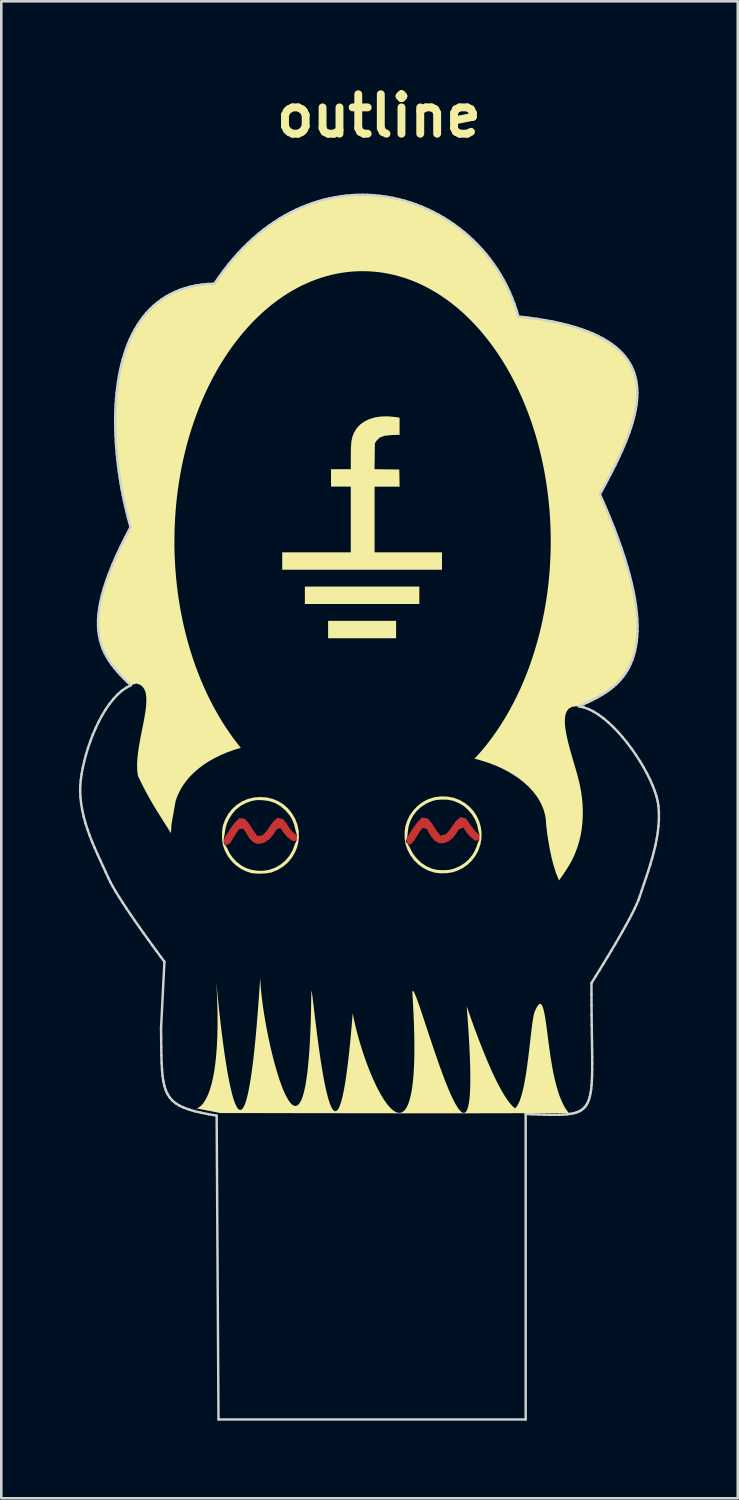
<source format=kicad_pcb>
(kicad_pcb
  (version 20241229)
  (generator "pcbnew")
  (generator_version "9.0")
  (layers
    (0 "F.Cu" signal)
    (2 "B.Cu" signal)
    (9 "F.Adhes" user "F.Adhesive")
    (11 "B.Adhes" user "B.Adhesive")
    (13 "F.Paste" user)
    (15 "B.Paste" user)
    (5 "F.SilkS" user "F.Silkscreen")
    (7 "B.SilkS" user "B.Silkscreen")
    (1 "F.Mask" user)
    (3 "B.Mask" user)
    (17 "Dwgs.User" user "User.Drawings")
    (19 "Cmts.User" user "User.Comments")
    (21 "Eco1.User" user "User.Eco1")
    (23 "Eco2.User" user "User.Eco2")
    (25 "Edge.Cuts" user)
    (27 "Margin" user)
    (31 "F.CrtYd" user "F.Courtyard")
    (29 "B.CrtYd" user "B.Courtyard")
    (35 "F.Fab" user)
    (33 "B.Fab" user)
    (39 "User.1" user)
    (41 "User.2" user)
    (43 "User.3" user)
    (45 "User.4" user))
  (footprint "outline"
    (layer "F.Cu")
    (at 11.589 28.131)
    (property "Reference" "outline" (at 0 -26.705 0) (layer "F.SilkS") (effects (font (size 1.524 1.524) (thickness 0.305))))
    (attr smd)
    (fp_poly (pts (xy -5.933 1.482) (xy -6.008 1.309) (xy -5.929 1.129) (xy -5.809 0.942) (xy -5.687 0.756) (xy -5.552 0.581) (xy -5.393 0.426) (xy -5.182 0.453) (xy -5.036 0.616) (xy -4.926 0.785) (xy -4.816 0.954) (xy -4.698 1.118) (xy -4.494 1.089) (xy -4.346 0.936) (xy -4.221 0.747) (xy -4.086 0.564) (xy -3.918 0.413) (xy -3.703 0.466) (xy -3.564 0.646) (xy -3.452 0.816) (xy -3.319 0.971) (xy -3.16 1.098) (xy -3.146 1.224) (xy -3.242 1.316) (xy -3.366 1.296) (xy -3.541 1.153) (xy -3.687 0.981) (xy -3.813 0.793) (xy -3.967 0.877) (xy -4.065 1.041) (xy -4.225 1.232) (xy -4.429 1.375) (xy -4.671 1.427) (xy -4.848 1.361) (xy -4.985 1.229) (xy -5.089 1.069) (xy -5.159 0.947) (xy -5.237 0.831) (xy -5.395 0.846) (xy -5.499 0.986) (xy -5.628 1.196) (xy -5.761 1.403) (xy -5.933 1.482)) (stroke (width 0.002) (type solid)) (fill yes) (layer "F.Cu"))
    (fp_poly (pts (xy 1.072 1.424) (xy 1.075 1.212) (xy 1.186 1.021) (xy 1.325 0.8) (xy 1.482 0.59) (xy 1.664 0.403) (xy 1.884 0.438) (xy 2.033 0.611) (xy 2.14 0.778) (xy 2.25 0.944) (xy 2.371 1.101) (xy 2.588 1.048) (xy 2.74 0.874) (xy 2.859 0.696) (xy 2.988 0.525) (xy 3.152 0.39) (xy 3.349 0.435) (xy 3.473 0.596) (xy 3.596 0.778) (xy 3.737 0.947) (xy 3.901 1.092) (xy 3.907 1.216) (xy 3.81 1.3) (xy 3.688 1.278) (xy 3.522 1.138) (xy 3.38 0.972) (xy 3.264 0.789) (xy 3.082 0.865) (xy 2.969 1.046) (xy 2.853 1.192) (xy 2.706 1.31) (xy 2.535 1.385) (xy 2.349 1.397) (xy 2.167 1.306) (xy 2.031 1.154) (xy 1.923 0.979) (xy 1.841 0.837) (xy 1.695 0.796) (xy 1.573 0.945) (xy 1.471 1.113) (xy 1.361 1.292) (xy 1.221 1.446) (xy 1.072 1.424) (xy 1.072 1.424)) (stroke (width 0.002) (type solid)) (fill yes) (layer "F.Cu"))
    (fp_poly (pts (xy -5.933 1.482) (xy -6.008 1.309) (xy -5.929 1.129) (xy -5.809 0.942) (xy -5.687 0.756) (xy -5.552 0.581) (xy -5.393 0.426) (xy -5.182 0.453) (xy -5.036 0.616) (xy -4.926 0.785) (xy -4.816 0.954) (xy -4.698 1.118) (xy -4.494 1.089) (xy -4.346 0.936) (xy -4.221 0.747) (xy -4.086 0.564) (xy -3.918 0.413) (xy -3.703 0.466) (xy -3.564 0.646) (xy -3.452 0.816) (xy -3.319 0.971) (xy -3.16 1.098) (xy -3.146 1.224) (xy -3.242 1.316) (xy -3.366 1.296) (xy -3.541 1.153) (xy -3.687 0.981) (xy -3.813 0.793) (xy -3.967 0.877) (xy -4.065 1.041) (xy -4.225 1.232) (xy -4.429 1.375) (xy -4.671 1.427) (xy -4.848 1.361) (xy -4.985 1.229) (xy -5.089 1.069) (xy -5.159 0.947) (xy -5.237 0.831) (xy -5.395 0.846) (xy -5.499 0.986) (xy -5.628 1.196) (xy -5.761 1.403) (xy -5.933 1.482)) (stroke (width 0.002) (type solid)) (fill yes) (layer "F.Mask"))
    (fp_poly (pts (xy 1.072 1.424) (xy 1.075 1.212) (xy 1.186 1.021) (xy 1.325 0.8) (xy 1.482 0.59) (xy 1.664 0.403) (xy 1.884 0.438) (xy 2.033 0.611) (xy 2.14 0.778) (xy 2.25 0.944) (xy 2.371 1.101) (xy 2.588 1.048) (xy 2.74 0.874) (xy 2.859 0.696) (xy 2.988 0.525) (xy 3.152 0.39) (xy 3.349 0.435) (xy 3.473 0.596) (xy 3.596 0.778) (xy 3.737 0.947) (xy 3.901 1.092) (xy 3.907 1.216) (xy 3.81 1.3) (xy 3.688 1.278) (xy 3.522 1.138) (xy 3.38 0.972) (xy 3.264 0.789) (xy 3.082 0.865) (xy 2.969 1.046) (xy 2.853 1.192) (xy 2.706 1.31) (xy 2.535 1.385) (xy 2.349 1.397) (xy 2.167 1.306) (xy 2.031 1.154) (xy 1.923 0.979) (xy 1.841 0.837) (xy 1.695 0.796) (xy 1.573 0.945) (xy 1.471 1.113) (xy 1.361 1.292) (xy 1.221 1.446) (xy 1.072 1.424) (xy 1.072 1.424)) (stroke (width 0.002) (type solid)) (fill yes) (layer "F.Mask"))
    (fp_poly (pts (xy -2.861 -8.52) (xy 1.561 -8.52) (xy 1.561 -7.847) (xy -2.861 -7.847) (xy -2.861 -8.52)) (stroke (width 0) (type solid)) (fill yes) (layer "F.SilkS"))
    (fp_poly (pts (xy -1.963 -7.196) (xy 0.663 -7.196) (xy 0.663 -6.523) (xy -1.963 -6.523) (xy -1.963 -7.196)) (stroke (width 0) (type solid)) (fill yes) (layer "F.SilkS"))
    (fp_poly (pts (xy -3.736 -9.844) (xy -1.088 -9.844) (xy -1.088 -12.381) (xy -1.342 -12.381) (xy -1.596 -12.381) (xy -1.851 -12.381) (xy -1.851 -12.605) (xy -1.851 -12.829) (xy -1.851 -13.054) (xy -1.596 -13.054) (xy -1.342 -13.054) (xy -1.088 -13.054) (xy -1.087 -13.531) (xy -1.083 -13.883) (xy -1.064 -14.126) (xy -1.027 -14.304) (xy -0.964 -14.464) (xy -0.86 -14.635) (xy -0.724 -14.781) (xy -0.558 -14.901) (xy -0.365 -14.993) (xy -0.148 -15.057) (xy 0.092 -15.092) (xy 0.352 -15.097) (xy 0.628 -15.071) (xy 0.798 -15.046) (xy 0.798 -14.715) (xy 0.798 -14.383) (xy 0.511 -14.374) (xy 0.221 -14.346) (xy 0.031 -14.276) (xy -0.093 -14.152) (xy -0.156 -14.056) (xy -0.163 -13.555) (xy -0.17 -13.055) (xy 0.069 -13.052) (xy 0.308 -13.049) (xy 0.547 -13.046) (xy 0.786 -13.042) (xy 0.791 -12.822) (xy 0.795 -12.601) (xy 0.799 -12.38) (xy 0.557 -12.38) (xy 0.316 -12.38) (xy 0.074 -12.38) (xy -0.167 -12.38) (xy -0.167 -12.127) (xy -0.167 -11.873) (xy -0.167 -11.62) (xy -0.167 -11.366) (xy -0.167 -11.112) (xy -0.167 -10.859) (xy -0.167 -10.605) (xy -0.167 -10.352) (xy -0.167 -10.098) (xy -0.167 -9.844) (xy 2.436 -9.844) (xy 2.436 -9.171) (xy -3.736 -9.171) (xy -3.736 -9.844)) (stroke (width 0) (type solid)) (fill yes) (layer "F.SilkS"))
    (fp_poly (pts (xy -4.912 2.551) (xy -5.326 2.249) (xy -5.14 2.352) (xy -4.93 2.422) (xy -4.701 2.459) (xy -4.468 2.461) (xy -4.248 2.426) (xy -4.248 2.426) (xy -4.015 2.344) (xy -3.802 2.222) (xy -3.614 2.066) (xy -3.456 1.879) (xy -3.332 1.668) (xy -3.249 1.437) (xy -3.173 1.271) (xy -3.16 1.101) (xy -3.224 0.885) (xy -3.275 0.669) (xy -3.355 0.473) (xy -3.465 0.295) (xy -3.608 0.129) (xy -3.807 -0.041) (xy -4.024 -0.164) (xy -4.263 -0.24) (xy -4.525 -0.273) (xy -4.732 -0.272) (xy -4.902 -0.242) (xy -5.136 -0.162) (xy -5.346 -0.047) (xy -5.53 0.1) (xy -5.685 0.279) (xy -5.811 0.488) (xy -5.881 0.654) (xy -5.928 0.824) (xy -5.959 1.027) (xy -6.001 1.268) (xy -5.994 1.413) (xy -5.929 1.489) (xy -5.862 1.59) (xy -5.774 1.775) (xy -5.651 1.952) (xy -5.499 2.113) (xy -5.326 2.249) (xy -4.912 2.551) (xy -5.134 2.481) (xy -5.341 2.377) (xy -5.529 2.243) (xy -5.695 2.081) (xy -5.836 1.895) (xy -5.948 1.688) (xy -6.029 1.462) (xy -6.061 1.233) (xy -6.061 0.954) (xy -6.029 0.725) (xy -5.942 0.483) (xy -5.822 0.266) (xy -5.671 0.075) (xy -5.494 -0.086) (xy -5.294 -0.215) (xy -5.072 -0.311) (xy -4.834 -0.37) (xy -4.581 -0.39) (xy -4.334 -0.372) (xy -4.102 -0.316) (xy -3.885 -0.225) (xy -3.688 -0.102) (xy -3.512 0.054) (xy -3.36 0.24) (xy -3.236 0.454) (xy -3.148 0.683) (xy -3.101 0.923) (xy -3.094 1.169) (xy -3.116 1.375) (xy -3.162 1.553) (xy -3.239 1.738) (xy -3.364 1.954) (xy -3.518 2.14) (xy -3.701 2.297) (xy -3.913 2.426) (xy -4.155 2.525) (xy -4.38 2.562) (xy -4.674 2.572) (xy -4.912 2.551) (xy -4.912 2.551)) (stroke (width 0.002) (type solid)) (fill yes) (layer "F.SilkS"))
    (fp_poly (pts (xy 2.158 2.531) (xy 1.628 2.148) (xy 1.822 2.279) (xy 2.051 2.38) (xy 2.27 2.429) (xy 2.528 2.438) (xy 2.736 2.422) (xy 2.911 2.375) (xy 2.911 2.375) (xy 3.119 2.285) (xy 3.303 2.169) (xy 3.466 2.026) (xy 3.607 1.854) (xy 3.695 1.703) (xy 3.773 1.529) (xy 3.823 1.372) (xy 3.881 1.264) (xy 3.892 1.082) (xy 3.843 0.915) (xy 3.799 0.69) (xy 3.716 0.48) (xy 3.596 0.283) (xy 3.437 0.099) (xy 3.272 -0.048) (xy 3.1 -0.15) (xy 2.88 -0.242) (xy 2.666 -0.286) (xy 2.418 -0.292) (xy 2.211 -0.275) (xy 2.046 -0.232) (xy 1.827 -0.137) (xy 1.632 -0.01) (xy 1.464 0.144) (xy 1.325 0.322) (xy 1.219 0.52) (xy 1.148 0.734) (xy 1.115 0.961) (xy 1.099 1.122) (xy 1.07 1.22) (xy 1.034 1.339) (xy 1.134 1.462) (xy 1.192 1.561) (xy 1.294 1.766) (xy 1.446 1.969) (xy 1.628 2.148) (xy 2.158 2.531) (xy 1.93 2.461) (xy 1.719 2.355) (xy 1.527 2.217) (xy 1.358 2.051) (xy 1.215 1.859) (xy 1.103 1.646) (xy 1.024 1.415) (xy 0.995 1.203) (xy 0.994 0.954) (xy 1.022 0.739) (xy 1.096 0.514) (xy 1.203 0.303) (xy 1.341 0.112) (xy 1.506 -0.056) (xy 1.693 -0.196) (xy 1.9 -0.304) (xy 2.135 -0.379) (xy 2.381 -0.413) (xy 2.632 -0.407) (xy 2.878 -0.362) (xy 3.112 -0.277) (xy 3.321 -0.157) (xy 3.503 -0.01) (xy 3.657 0.16) (xy 3.781 0.35) (xy 3.874 0.555) (xy 3.936 0.772) (xy 3.964 0.996) (xy 3.958 1.224) (xy 3.917 1.45) (xy 3.84 1.673) (xy 3.725 1.886) (xy 3.588 2.065) (xy 3.426 2.221) (xy 3.241 2.351) (xy 3.039 2.452) (xy 2.821 2.522) (xy 2.609 2.552) (xy 2.368 2.555) (xy 2.158 2.531) (xy 2.158 2.531)) (stroke (width 0.002) (type solid)) (fill yes) (layer "F.SilkS"))
    (fp_poly (pts (xy -0.823 -23.652) (xy -1.039 -23.642) (xy -1.257 -23.623) (xy -1.474 -23.597) (xy -1.692 -23.562) (xy -1.91 -23.518) (xy -2.128 -23.466) (xy -2.345 -23.406) (xy -2.562 -23.337) (xy -2.778 -23.259) (xy -2.993 -23.172) (xy -3.207 -23.076) (xy -3.42 -22.97) (xy -3.632 -22.856) (xy -3.842 -22.732) (xy -4.05 -22.599) (xy -4.257 -22.456) (xy -4.461 -22.304) (xy -4.663 -22.141) (xy -4.863 -21.969) (xy -5.06 -21.787) (xy -5.255 -21.594) (xy -5.446 -21.392) (xy -5.634 -21.179) (xy -5.82 -20.955) (xy -6.001 -20.722) (xy -6.179 -20.477) (xy -6.353 -20.222) (xy -6.602 -20.21) (xy -6.84 -20.187) (xy -7.069 -20.151) (xy -7.288 -20.105) (xy -7.497 -20.047) (xy -7.698 -19.978) (xy -7.889 -19.9) (xy -8.071 -19.811) (xy -8.244 -19.712) (xy -8.409 -19.604) (xy -8.565 -19.487) (xy -8.713 -19.361) (xy -8.853 -19.227) (xy -8.985 -19.085) (xy -9.109 -18.935) (xy -9.225 -18.778) (xy -9.334 -18.613) (xy -9.435 -18.442) (xy -9.529 -18.265) (xy -9.617 -18.082) (xy -9.697 -17.892) (xy -9.77 -17.698) (xy -9.837 -17.498) (xy -9.898 -17.294) (xy -9.953 -17.085) (xy -10.001 -16.872) (xy -10.043 -16.656) (xy -10.08 -16.436) (xy -10.111 -16.213) (xy -10.137 -15.987) (xy -10.157 -15.759) (xy -10.172 -15.529) (xy -10.182 -15.298) (xy -10.188 -15.065) (xy -10.189 -14.83) (xy -10.185 -14.595) (xy -10.177 -14.36) (xy -10.165 -14.125) (xy -10.149 -13.89) (xy -10.129 -13.656) (xy -10.106 -13.422) (xy -10.079 -13.19) (xy -10.048 -12.96) (xy -10.015 -12.731) (xy -9.978 -12.505) (xy -9.939 -12.281) (xy -9.897 -12.06) (xy -9.852 -11.843) (xy -9.805 -11.629) (xy -9.755 -11.42) (xy -9.704 -11.214) (xy -9.651 -11.013) (xy -9.596 -10.817) (xy -9.801 -10.424) (xy -9.986 -10.051) (xy -10.151 -9.696) (xy -10.297 -9.36) (xy -10.425 -9.04) (xy -10.535 -8.737) (xy -10.627 -8.45) (xy -10.703 -8.178) (xy -10.763 -7.92) (xy -10.807 -7.675) (xy -10.836 -7.443) (xy -10.851 -7.224) (xy -10.851 -7.015) (xy -10.839 -6.816) (xy -10.813 -6.628) (xy -10.776 -6.448) (xy -10.727 -6.276) (xy -10.667 -6.112) (xy -10.596 -5.954) (xy -10.516 -5.802) (xy -10.426 -5.655) (xy -10.327 -5.513) (xy -10.22 -5.374) (xy -10.106 -5.238) (xy -9.984 -5.104) (xy -9.857 -4.971) (xy -9.723 -4.839) (xy -9.584 -4.707) (xy -9.374 -4.776) (xy -9.233 -4.731) (xy -9.128 -4.651) (xy -9.054 -4.539) (xy -9.008 -4.399) (xy -8.987 -4.233) (xy -8.986 -4.045) (xy -9.003 -3.837) (xy -9.034 -3.614) (xy -9.074 -3.378) (xy -9.122 -3.133) (xy -9.172 -2.881) (xy -9.222 -2.626) (xy -9.267 -2.371) (xy -9.305 -2.119) (xy -9.332 -1.873) (xy -9.344 -1.637) (xy -9.338 -1.414) (xy -9.31 -1.206) (xy -9.189 -0.954) (xy -9.07 -0.719) (xy -8.952 -0.498) (xy -8.834 -0.287) (xy -8.714 -0.081) (xy -8.59 0.124) (xy -8.461 0.331) (xy -8.327 0.545) (xy -8.184 0.77) (xy -8.033 1.011) (xy -8.016 0.678) (xy -7.853 -0.239) (xy -7.781 -0.441) (xy -7.689 -0.635) (xy -7.579 -0.823) (xy -7.451 -1.002) (xy -7.306 -1.174) (xy -7.144 -1.337) (xy -6.966 -1.491) (xy -6.773 -1.636) (xy -6.565 -1.771) (xy -6.344 -1.897) (xy -6.109 -2.012) (xy -5.863 -2.116) (xy -5.605 -2.209) (xy -5.335 -2.29) (xy -5.481 -2.473) (xy -5.624 -2.661) (xy -5.762 -2.854) (xy -5.896 -3.051) (xy -6.027 -3.253) (xy -6.153 -3.46) (xy -6.275 -3.671) (xy -6.394 -3.886) (xy -6.508 -4.105) (xy -6.618 -4.329) (xy -6.724 -4.556) (xy -6.825 -4.786) (xy -6.922 -5.02) (xy -7.015 -5.258) (xy -7.104 -5.499) (xy -7.188 -5.743) (xy -7.268 -5.99) (xy -7.343 -6.241) (xy -7.413 -6.494) (xy -7.479 -6.749) (xy -7.541 -7.007) (xy -7.597 -7.268) (xy -7.649 -7.531) (xy -7.697 -7.795) (xy -7.739 -8.062) (xy -7.777 -8.331) (xy -7.809 -8.602) (xy -7.837 -8.874) (xy -7.86 -9.148) (xy -7.878 -9.423) (xy -7.891 -9.699) (xy -7.899 -9.977) (xy -7.901 -10.255) (xy -7.898 -10.548) (xy -7.89 -10.838) (xy -7.876 -11.127) (xy -7.857 -11.413) (xy -7.833 -11.697) (xy -7.803 -11.978) (xy -7.768 -12.257) (xy -7.728 -12.534) (xy -7.683 -12.807) (xy -7.633 -13.078) (xy -7.578 -13.346) (xy -7.518 -13.611) (xy -7.454 -13.873) (xy -7.385 -14.131) (xy -7.311 -14.386) (xy -7.233 -14.638) (xy -7.15 -14.886) (xy -7.063 -15.13) (xy -6.972 -15.371) (xy -6.876 -15.608) (xy -6.777 -15.841) (xy -6.673 -16.069) (xy -6.565 -16.294) (xy -6.454 -16.514) (xy -6.338 -16.73) (xy -6.219 -16.942) (xy -6.096 -17.148) (xy -5.969 -17.35) (xy -5.839 -17.548) (xy -5.705 -17.74) (xy -5.568 -17.927) (xy -5.427 -18.109) (xy -5.283 -18.286) (xy -5.136 -18.458) (xy -4.986 -18.624) (xy -4.833 -18.785) (xy -4.677 -18.939) (xy -4.517 -19.089) (xy -4.355 -19.232) (xy -4.191 -19.369) (xy -4.023 -19.501) (xy -3.853 -19.626) (xy -3.681 -19.744) (xy -3.506 -19.857) (xy -3.328 -19.963) (xy -3.148 -20.062) (xy -2.966 -20.155) (xy -2.782 -20.24) (xy -2.596 -20.319) (xy -2.407 -20.391) (xy -2.217 -20.456) (xy -2.025 -20.513) (xy -1.83 -20.564) (xy -1.635 -20.606) (xy -1.437 -20.642) (xy -1.238 -20.669) (xy -1.037 -20.689) (xy -0.835 -20.701) (xy -0.632 -20.705) (xy -0.428 -20.701) (xy -0.226 -20.689) (xy -0.026 -20.669) (xy 0.173 -20.642) (xy 0.371 -20.606) (xy 0.567 -20.564) (xy 0.761 -20.513) (xy 0.953 -20.456) (xy 1.144 -20.391) (xy 1.332 -20.319) (xy 1.518 -20.24) (xy 1.703 -20.155) (xy 1.885 -20.062) (xy 2.064 -19.963) (xy 2.242 -19.857) (xy 2.417 -19.744) (xy 2.59 -19.626) (xy 2.76 -19.501) (xy 2.927 -19.369) (xy 3.092 -19.232) (xy 3.254 -19.089) (xy 3.413 -18.939) (xy 3.569 -18.785) (xy 3.722 -18.624) (xy 3.873 -18.458) (xy 4.02 -18.286) (xy 4.163 -18.109) (xy 4.304 -17.927) (xy 4.441 -17.74) (xy 4.575 -17.548) (xy 4.705 -17.35) (xy 4.832 -17.148) (xy 4.955 -16.942) (xy 5.074 -16.73) (xy 5.19 -16.514) (xy 5.302 -16.294) (xy 5.409 -16.069) (xy 5.513 -15.841) (xy 5.613 -15.608) (xy 5.708 -15.371) (xy 5.8 -15.13) (xy 5.887 -14.886) (xy 5.969 -14.638) (xy 6.048 -14.386) (xy 6.121 -14.131) (xy 6.19 -13.873) (xy 6.255 -13.611) (xy 6.314 -13.346) (xy 6.369 -13.078) (xy 6.419 -12.807) (xy 6.464 -12.534) (xy 6.504 -12.257) (xy 6.539 -11.978) (xy 6.569 -11.697) (xy 6.594 -11.413) (xy 6.613 -11.127) (xy 6.626 -10.838) (xy 6.635 -10.548) (xy 6.638 -10.255) (xy 6.635 -9.98) (xy 6.627 -9.706) (xy 6.614 -9.433) (xy 6.597 -9.161) (xy 6.574 -8.891) (xy 6.547 -8.622) (xy 6.515 -8.355) (xy 6.478 -8.09) (xy 6.436 -7.826) (xy 6.39 -7.565) (xy 6.339 -7.305) (xy 6.284 -7.048) (xy 6.224 -6.794) (xy 6.159 -6.541) (xy 6.09 -6.292) (xy 6.017 -6.045) (xy 5.939 -5.801) (xy 5.857 -5.56) (xy 5.771 -5.322) (xy 5.681 -5.087) (xy 5.586 -4.856) (xy 5.487 -4.628) (xy 5.384 -4.404) (xy 5.277 -4.183) (xy 5.166 -3.967) (xy 5.051 -3.754) (xy 4.932 -3.545) (xy 4.81 -3.341) (xy 4.683 -3.14) (xy 4.553 -2.945) (xy 4.418 -2.753) (xy 4.28 -2.567) (xy 4.139 -2.385) (xy 3.994 -2.208) (xy 3.845 -2.037) (xy 3.692 -1.87) (xy 3.973 -1.794) (xy 4.243 -1.707) (xy 4.501 -1.608) (xy 4.748 -1.498) (xy 4.981 -1.377) (xy 5.201 -1.247) (xy 5.405 -1.108) (xy 5.594 -0.96) (xy 5.767 -0.803) (xy 5.923 -0.639) (xy 6.061 -0.468) (xy 6.179 -0.289) (xy 6.278 -0.105) (xy 6.357 0.085) (xy 6.414 0.28) (xy 6.449 0.48) (xy 6.461 0.684) (xy 6.466 0.732) (xy 6.481 0.867) (xy 6.508 1.072) (xy 6.548 1.33) (xy 6.6 1.624) (xy 6.666 1.938) (xy 6.748 2.255) (xy 6.845 2.559) (xy 6.958 2.834) (xy 7.11 2.618) (xy 7.249 2.407) (xy 7.374 2.204) (xy 7.478 2.012) (xy 7.58 1.787) (xy 7.666 1.557) (xy 7.737 1.323) (xy 7.793 1.086) (xy 7.834 0.846) (xy 7.861 0.603) (xy 7.875 0.359) (xy 7.876 0.113) (xy 7.865 -0.132) (xy 7.841 -0.378) (xy 7.806 -0.622) (xy 7.76 -0.865) (xy 7.71 -1.076) (xy 7.649 -1.304) (xy 7.58 -1.544) (xy 7.507 -1.793) (xy 7.433 -2.046) (xy 7.363 -2.298) (xy 7.299 -2.547) (xy 7.246 -2.787) (xy 7.206 -3.014) (xy 7.184 -3.225) (xy 7.184 -3.414) (xy 7.208 -3.578) (xy 7.261 -3.713) (xy 7.346 -3.813) (xy 7.467 -3.876) (xy 7.627 -3.897) (xy 7.732 -3.89) (xy 7.827 -3.936) (xy 7.925 -3.983) (xy 8.025 -4.031) (xy 8.127 -4.08) (xy 8.231 -4.131) (xy 8.336 -4.184) (xy 8.442 -4.24) (xy 8.548 -4.299) (xy 8.653 -4.362) (xy 8.758 -4.429) (xy 8.862 -4.5) (xy 8.964 -4.576) (xy 9.064 -4.657) (xy 9.162 -4.744) (xy 9.256 -4.837) (xy 9.347 -4.936) (xy 9.434 -5.042) (xy 9.516 -5.156) (xy 9.593 -5.278) (xy 9.665 -5.408) (xy 9.731 -5.546) (xy 9.791 -5.693) (xy 9.843 -5.85) (xy 9.889 -6.017) (xy 9.926 -6.194) (xy 9.956 -6.382) (xy 9.976 -6.581) (xy 9.988 -6.792) (xy 9.99 -7.015) (xy 9.981 -7.25) (xy 9.962 -7.498) (xy 9.932 -7.759) (xy 9.891 -8.034) (xy 9.837 -8.323) (xy 9.771 -8.627) (xy 9.692 -8.946) (xy 9.599 -9.28) (xy 9.493 -9.63) (xy 9.372 -9.996) (xy 9.236 -10.378) (xy 9.086 -10.778) (xy 8.919 -11.196) (xy 8.736 -11.631) (xy 8.536 -12.085) (xy 8.639 -12.274) (xy 8.741 -12.463) (xy 8.842 -12.652) (xy 8.94 -12.84) (xy 9.036 -13.027) (xy 9.13 -13.214) (xy 9.22 -13.399) (xy 9.307 -13.584) (xy 9.391 -13.768) (xy 9.47 -13.95) (xy 9.545 -14.131) (xy 9.615 -14.31) (xy 9.68 -14.488) (xy 9.74 -14.664) (xy 9.794 -14.839) (xy 9.842 -15.011) (xy 9.884 -15.182) (xy 9.918 -15.35) (xy 9.946 -15.516) (xy 9.966 -15.68) (xy 9.978 -15.842) (xy 9.982 -16) (xy 9.978 -16.156) (xy 9.965 -16.31) (xy 9.942 -16.46) (xy 9.91 -16.608) (xy 9.868 -16.752) (xy 9.816 -16.893) (xy 9.754 -17.031) (xy 9.68 -17.165) (xy 9.595 -17.295) (xy 9.499 -17.422) (xy 9.39 -17.546) (xy 9.27 -17.665) (xy 9.136 -17.78) (xy 8.99 -17.891) (xy 8.83 -17.998) (xy 8.657 -18.101) (xy 8.47 -18.199) (xy 8.268 -18.293) (xy 8.052 -18.382) (xy 7.821 -18.466) (xy 7.574 -18.545) (xy 7.311 -18.619) (xy 7.033 -18.688) (xy 6.738 -18.752) (xy 6.426 -18.811) (xy 6.097 -18.864) (xy 5.751 -18.911) (xy 5.387 -18.953) (xy 5.315 -19.199) (xy 5.234 -19.44) (xy 5.144 -19.676) (xy 5.046 -19.907) (xy 4.939 -20.133) (xy 4.824 -20.353) (xy 4.702 -20.567) (xy 4.572 -20.775) (xy 4.434 -20.978) (xy 4.29 -21.174) (xy 4.138 -21.364) (xy 3.98 -21.548) (xy 3.816 -21.725) (xy 3.645 -21.896) (xy 3.469 -22.059) (xy 3.287 -22.216) (xy 3.099 -22.365) (xy 2.907 -22.507) (xy 2.709 -22.641) (xy 2.507 -22.768) (xy 2.301 -22.887) (xy 2.09 -22.998) (xy 1.875 -23.101) (xy 1.657 -23.196) (xy 1.435 -23.282) (xy 1.21 -23.36) (xy 0.982 -23.429) (xy 0.752 -23.489) (xy 0.518 -23.54) (xy 0.283 -23.582) (xy 0.046 -23.615) (xy -0.193 -23.638) (xy -0.434 -23.651) (xy -0.628 -23.655) (xy -0.823 -23.652) (xy -0.823 -23.652)) (stroke (width 0) (type solid)) (fill yes) (layer "F.SilkS"))
    (fp_poly (pts (xy -4.586 6.578) (xy -4.611 6.967) (xy -4.637 7.338) (xy -4.663 7.691) (xy -4.689 8.026) (xy -4.715 8.345) (xy -4.741 8.647) (xy -4.767 8.932) (xy -4.794 9.201) (xy -4.82 9.455) (xy -4.847 9.693) (xy -4.874 9.916) (xy -4.901 10.124) (xy -4.928 10.317) (xy -4.955 10.497) (xy -4.982 10.662) (xy -5.009 10.814) (xy -5.036 10.953) (xy -5.063 11.078) (xy -5.09 11.192) (xy -5.117 11.292) (xy -5.144 11.381) (xy -5.171 11.459) (xy -5.197 11.524) (xy -5.224 11.579) (xy -5.251 11.624) (xy -5.277 11.657) (xy -5.304 11.681) (xy -5.33 11.695) (xy -5.357 11.7) (xy -5.383 11.695) (xy -5.409 11.682) (xy -5.435 11.661) (xy -5.46 11.631) (xy -5.486 11.593) (xy -5.511 11.548) (xy -5.536 11.496) (xy -5.561 11.437) (xy -5.586 11.371) (xy -5.61 11.299) (xy -5.634 11.221) (xy -5.658 11.138) (xy -5.682 11.049) (xy -5.705 10.955) (xy -5.728 10.857) (xy -5.751 10.755) (xy -5.773 10.648) (xy -5.795 10.538) (xy -5.817 10.424) (xy -5.838 10.308) (xy -5.86 10.189) (xy -5.88 10.067) (xy -5.9 9.943) (xy -5.92 9.818) (xy -5.94 9.691) (xy -5.959 9.562) (xy -5.977 9.434) (xy -5.996 9.304) (xy -6.013 9.175) (xy -6.031 9.045) (xy -6.047 8.916) (xy -6.064 8.788) (xy -6.079 8.661) (xy -6.095 8.536) (xy -6.11 8.412) (xy -6.124 8.29) (xy -6.137 8.171) (xy -6.151 8.055) (xy -6.163 7.941) (xy -6.175 7.831) (xy -6.186 7.724) (xy -6.197 7.622) (xy -6.207 7.523) (xy -6.217 7.43) (xy -6.226 7.341) (xy -6.234 7.258) (xy -6.242 7.18) (xy -6.249 7.108) (xy -6.255 7.042) (xy -6.26 6.983) (xy -6.265 6.93) (xy -6.269 6.885) (xy -6.273 6.848) (xy -6.276 6.818) (xy -6.277 6.796) (xy -6.279 6.783) (xy -6.279 6.778) (xy -6.251 7.378) (xy -6.236 7.926) (xy -6.234 8.425) (xy -6.244 8.877) (xy -6.264 9.284) (xy -6.293 9.65) (xy -6.33 9.975) (xy -6.373 10.263) (xy -6.423 10.516) (xy -6.477 10.735) (xy -6.534 10.924) (xy -6.593 11.085) (xy -6.654 11.219) (xy -6.714 11.33) (xy -6.772 11.419) (xy -6.829 11.49) (xy -6.881 11.543) (xy -6.929 11.582) (xy -6.97 11.608) (xy -7.005 11.625) (xy -7.031 11.634) (xy -7.047 11.638) (xy -7.053 11.638) (xy -6.126 11.819) (xy -5.862 11.82) (xy -5.598 11.82) (xy -5.333 11.82) (xy -5.069 11.821) (xy -4.805 11.821) (xy -4.54 11.821) (xy -4.276 11.822) (xy -4.011 11.822) (xy -3.747 11.823) (xy -3.482 11.823) (xy -3.218 11.824) (xy -2.953 11.824) (xy -2.689 11.824) (xy -2.424 11.825) (xy -2.16 11.825) (xy -1.895 11.826) (xy -1.631 11.826) (xy -1.366 11.827) (xy -1.102 11.827) (xy -0.837 11.827) (xy -0.573 11.828) (xy -0.308 11.828) (xy -0.044 11.828) (xy 0.22 11.828) (xy 0.485 11.829) (xy 0.749 11.829) (xy 1.013 11.829) (xy 1.278 11.829) (xy 1.542 11.829) (xy 1.806 11.83) (xy 2.07 11.83) (xy 2.334 11.83) (xy 2.598 11.83) (xy 2.862 11.829) (xy 3.126 11.829) (xy 3.39 11.829) (xy 3.653 11.829) (xy 3.917 11.829) (xy 4.181 11.828) (xy 4.444 11.828) (xy 4.708 11.827) (xy 4.971 11.827) (xy 5.235 11.826) (xy 5.498 11.826) (xy 5.761 11.825) (xy 6.024 11.824) (xy 6.287 11.823) (xy 6.55 11.822) (xy 6.813 11.821) (xy 7.076 11.82) (xy 7.338 11.819) (xy 7.238 11.688) (xy 7.147 11.538) (xy 7.065 11.369) (xy 6.989 11.185) (xy 6.921 10.988) (xy 6.86 10.78) (xy 6.804 10.562) (xy 6.754 10.338) (xy 6.708 10.11) (xy 6.668 9.878) (xy 6.63 9.647) (xy 6.597 9.417) (xy 6.566 9.192) (xy 6.537 8.973) (xy 6.51 8.762) (xy 6.484 8.562) (xy 6.459 8.375) (xy 6.434 8.203) (xy 6.408 8.048) (xy 6.381 7.912) (xy 6.353 7.798) (xy 6.323 7.708) (xy 6.29 7.644) (xy 6.254 7.608) (xy 6.214 7.602) (xy 6.171 7.628) (xy 6.122 7.689) (xy 6.068 7.787) (xy 6.008 7.924) (xy 5.975 8.058) (xy 5.942 8.244) (xy 5.91 8.474) (xy 5.878 8.739) (xy 5.844 9.031) (xy 5.809 9.342) (xy 5.77 9.664) (xy 5.728 9.989) (xy 5.681 10.308) (xy 5.629 10.613) (xy 5.571 10.896) (xy 5.506 11.148) (xy 5.433 11.362) (xy 5.351 11.528) (xy 5.261 11.64) (xy 5.194 11.584) (xy 5.123 11.512) (xy 5.048 11.424) (xy 4.967 11.317) (xy 4.882 11.191) (xy 4.791 11.044) (xy 4.695 10.875) (xy 4.593 10.683) (xy 4.485 10.466) (xy 4.371 10.224) (xy 4.252 9.954) (xy 4.125 9.655) (xy 3.992 9.327) (xy 3.852 8.968) (xy 3.705 8.577) (xy 3.551 8.152) (xy 3.39 7.692) (xy 3.415 8.012) (xy 3.437 8.317) (xy 3.457 8.608) (xy 3.474 8.883) (xy 3.489 9.145) (xy 3.501 9.392) (xy 3.511 9.625) (xy 3.519 9.845) (xy 3.525 10.052) (xy 3.529 10.246) (xy 3.53 10.427) (xy 3.53 10.595) (xy 3.527 10.752) (xy 3.523 10.896) (xy 3.516 11.029) (xy 3.508 11.15) (xy 3.498 11.26) (xy 3.486 11.36) (xy 3.473 11.449) (xy 3.457 11.527) (xy 3.441 11.595) (xy 3.422 11.654) (xy 3.403 11.703) (xy 3.381 11.743) (xy 3.359 11.773) (xy 3.335 11.795) (xy 3.309 11.809) (xy 3.283 11.814) (xy 3.255 11.811) (xy 3.226 11.801) (xy 3.196 11.783) (xy 3.165 11.758) (xy 3.133 11.726) (xy 3.1 11.688) (xy 3.067 11.643) (xy 3.032 11.592) (xy 2.997 11.535) (xy 2.96 11.473) (xy 2.923 11.405) (xy 2.886 11.332) (xy 2.848 11.255) (xy 2.809 11.173) (xy 2.77 11.086) (xy 2.73 10.996) (xy 2.69 10.902) (xy 2.65 10.805) (xy 2.609 10.704) (xy 2.568 10.601) (xy 2.527 10.494) (xy 2.486 10.386) (xy 2.445 10.275) (xy 2.403 10.162) (xy 2.362 10.048) (xy 2.321 9.933) (xy 2.28 9.816) (xy 2.239 9.699) (xy 2.198 9.581) (xy 2.157 9.462) (xy 2.117 9.344) (xy 2.077 9.226) (xy 2.038 9.109) (xy 1.999 8.992) (xy 1.96 8.876) (xy 1.922 8.762) (xy 1.885 8.649) (xy 1.848 8.538) (xy 1.812 8.429) (xy 1.777 8.323) (xy 1.743 8.219) (xy 1.709 8.118) (xy 1.677 8.02) (xy 1.645 7.926) (xy 1.615 7.835) (xy 1.585 7.749) (xy 1.557 7.666) (xy 1.529 7.588) (xy 1.503 7.515) (xy 1.479 7.447) (xy 1.455 7.384) (xy 1.433 7.327) (xy 1.413 7.275) (xy 1.393 7.23) (xy 1.376 7.19) (xy 1.36 7.158) (xy 1.345 7.132) (xy 1.332 7.114) (xy 1.321 7.102) (xy 1.312 7.099) (xy 1.304 7.103) (xy 1.299 7.116) (xy 1.295 7.137) (xy 1.293 7.167) (xy 1.293 7.206) (xy 1.296 7.254) (xy 1.319 7.638) (xy 1.337 8.003) (xy 1.352 8.349) (xy 1.362 8.675) (xy 1.368 8.983) (xy 1.37 9.273) (xy 1.369 9.545) (xy 1.363 9.8) (xy 1.354 10.038) (xy 1.342 10.258) (xy 1.326 10.463) (xy 1.307 10.651) (xy 1.285 10.824) (xy 1.26 10.982) (xy 1.232 11.124) (xy 1.202 11.252) (xy 1.168 11.366) (xy 1.133 11.466) (xy 1.095 11.552) (xy 1.054 11.626) (xy 1.012 11.687) (xy 0.967 11.735) (xy 0.921 11.771) (xy 0.873 11.796) (xy 0.823 11.809) (xy 0.772 11.811) (xy 0.719 11.803) (xy 0.665 11.785) (xy 0.61 11.756) (xy 0.554 11.718) (xy 0.497 11.672) (xy 0.439 11.616) (xy 0.381 11.552) (xy 0.321 11.48) (xy 0.262 11.4) (xy 0.202 11.313) (xy 0.142 11.219) (xy 0.082 11.118) (xy 0.022 11.011) (xy -0.038 10.898) (xy -0.098 10.78) (xy -0.157 10.657) (xy -0.215 10.529) (xy -0.273 10.396) (xy -0.331 10.259) (xy -0.387 10.119) (xy -0.442 9.975) (xy -0.496 9.829) (xy -0.549 9.679) (xy -0.601 9.528) (xy -0.651 9.374) (xy -0.699 9.22) (xy -0.746 9.063) (xy -0.791 8.907) (xy -0.834 8.749) (xy -0.874 8.592) (xy -0.913 8.435) (xy -0.949 8.278) (xy -0.983 8.123) (xy -1.014 7.969) (xy -1.041 8.303) (xy -1.068 8.619) (xy -1.095 8.918) (xy -1.123 9.199) (xy -1.15 9.464) (xy -1.178 9.712) (xy -1.205 9.943) (xy -1.233 10.159) (xy -1.26 10.36) (xy -1.288 10.545) (xy -1.315 10.715) (xy -1.343 10.871) (xy -1.37 11.013) (xy -1.397 11.141) (xy -1.425 11.256) (xy -1.452 11.358) (xy -1.479 11.447) (xy -1.507 11.524) (xy -1.534 11.589) (xy -1.561 11.642) (xy -1.588 11.684) (xy -1.614 11.715) (xy -1.641 11.736) (xy -1.667 11.747) (xy -1.694 11.748) (xy -1.72 11.739) (xy -1.746 11.721) (xy -1.772 11.695) (xy -1.797 11.66) (xy -1.823 11.617) (xy -1.848 11.566) (xy -1.873 11.509) (xy -1.898 11.444) (xy -1.922 11.372) (xy -1.947 11.295) (xy -1.971 11.211) (xy -1.994 11.122) (xy -2.018 11.028) (xy -2.041 10.929) (xy -2.064 10.825) (xy -2.086 10.718) (xy -2.109 10.607) (xy -2.131 10.492) (xy -2.152 10.374) (xy -2.173 10.254) (xy -2.194 10.131) (xy -2.214 10.006) (xy -2.234 9.88) (xy -2.254 9.752) (xy -2.273 9.624) (xy -2.292 9.495) (xy -2.311 9.365) (xy -2.329 9.236) (xy -2.346 9.108) (xy -2.363 8.98) (xy -2.38 8.854) (xy -2.396 8.729) (xy -2.411 8.606) (xy -2.426 8.485) (xy -2.441 8.367) (xy -2.455 8.252) (xy -2.469 8.141) (xy -2.482 8.033) (xy -2.494 7.929) (xy -2.506 7.83) (xy -2.517 7.736) (xy -2.528 7.646) (xy -2.538 7.563) (xy -2.548 7.485) (xy -2.557 7.413) (xy -2.565 7.348) (xy -2.572 7.289) (xy -2.579 7.239) (xy -2.586 7.195) (xy -2.592 7.16) (xy -2.597 7.133) (xy -2.601 7.115) (xy -2.604 7.106) (xy -2.607 7.106) (xy -2.61 7.116) (xy -2.611 7.136) (xy -2.612 7.167) (xy -2.617 7.533) (xy -2.623 7.88) (xy -2.632 8.209) (xy -2.642 8.52) (xy -2.655 8.814) (xy -2.669 9.09) (xy -2.684 9.35) (xy -2.702 9.593) (xy -2.721 9.82) (xy -2.741 10.031) (xy -2.763 10.227) (xy -2.786 10.408) (xy -2.811 10.574) (xy -2.836 10.726) (xy -2.863 10.863) (xy -2.892 10.987) (xy -2.921 11.098) (xy -2.951 11.195) (xy -2.983 11.28) (xy -3.015 11.352) (xy -3.048 11.412) (xy -3.082 11.461) (xy -3.117 11.498) (xy -3.152 11.525) (xy -3.189 11.54) (xy -3.225 11.546) (xy -3.263 11.541) (xy -3.3 11.527) (xy -3.339 11.503) (xy -3.377 11.471) (xy -3.416 11.43) (xy -3.455 11.381) (xy -3.495 11.324) (xy -3.534 11.259) (xy -3.574 11.187) (xy -3.614 11.108) (xy -3.653 11.023) (xy -3.693 10.931) (xy -3.732 10.834) (xy -3.771 10.731) (xy -3.81 10.623) (xy -3.849 10.51) (xy -3.887 10.393) (xy -3.925 10.271) (xy -3.962 10.146) (xy -3.999 10.017) (xy -4.036 9.885) (xy -4.071 9.75) (xy -4.106 9.613) (xy -4.14 9.474) (xy -4.174 9.333) (xy -4.206 9.191) (xy -4.238 9.048) (xy -4.268 8.904) (xy -4.298 8.759) (xy -4.326 8.615) (xy -4.354 8.47) (xy -4.38 8.327) (xy -4.404 8.184) (xy -4.428 8.043) (xy -4.45 7.904) (xy -4.471 7.766) (xy -4.49 7.631) (xy -4.507 7.499) (xy -4.523 7.369) (xy -4.538 7.243) (xy -4.55 7.121) (xy -4.561 7.003) (xy -4.57 6.889) (xy -4.577 6.78) (xy -4.583 6.677) (xy -4.586 6.578)) (stroke (width 0) (type solid)) (fill yes) (layer "F.SilkS"))
    (fp_line (start -11.543 -0.648) (end -11.532 -0.391) (stroke (width 0.094) (type solid)) (layer "Edge.Cuts"))
    (fp_line (start -11.537 -0.839) (end -11.543 -0.648) (stroke (width 0.094) (type solid)) (layer "Edge.Cuts"))
    (fp_line (start -11.532 -0.391) (end -11.505 -0.137) (stroke (width 0.094) (type solid)) (layer "Edge.Cuts"))
    (fp_line (start -11.518 -1.049) (end -11.537 -0.839) (stroke (width 0.094) (type solid)) (layer "Edge.Cuts"))
    (fp_line (start -11.505 -0.137) (end -11.463 0.114) (stroke (width 0.094) (type solid)) (layer "Edge.Cuts"))
    (fp_line (start -11.487 -1.275) (end -11.518 -1.049) (stroke (width 0.094) (type solid)) (layer "Edge.Cuts"))
    (fp_line (start -11.463 0.114) (end -11.407 0.362) (stroke (width 0.094) (type solid)) (layer "Edge.Cuts"))
    (fp_line (start -11.443 -1.513) (end -11.487 -1.275) (stroke (width 0.094) (type solid)) (layer "Edge.Cuts"))
    (fp_line (start -11.407 0.362) (end -11.34 0.609) (stroke (width 0.094) (type solid)) (layer "Edge.Cuts"))
    (fp_line (start -11.387 -1.761) (end -11.443 -1.513) (stroke (width 0.094) (type solid)) (layer "Edge.Cuts"))
    (fp_line (start -11.34 0.609) (end -11.262 0.853) (stroke (width 0.094) (type solid)) (layer "Edge.Cuts"))
    (fp_line (start -11.32 -2.016) (end -11.387 -1.761) (stroke (width 0.094) (type solid)) (layer "Edge.Cuts"))
    (fp_line (start -11.262 0.853) (end -11.176 1.095) (stroke (width 0.094) (type solid)) (layer "Edge.Cuts"))
    (fp_line (start -11.242 -2.275) (end -11.32 -2.016) (stroke (width 0.094) (type solid)) (layer "Edge.Cuts"))
    (fp_line (start -11.176 1.095) (end -11.082 1.335) (stroke (width 0.094) (type solid)) (layer "Edge.Cuts"))
    (fp_line (start -11.153 -2.536) (end -11.242 -2.275) (stroke (width 0.094) (type solid)) (layer "Edge.Cuts"))
    (fp_line (start -11.082 1.335) (end -10.982 1.574) (stroke (width 0.094) (type solid)) (layer "Edge.Cuts"))
    (fp_line (start -11.054 -2.795) (end -11.153 -2.536) (stroke (width 0.094) (type solid)) (layer "Edge.Cuts"))
    (fp_line (start -10.982 1.574) (end -10.877 1.811) (stroke (width 0.094) (type solid)) (layer "Edge.Cuts"))
    (fp_line (start -10.944 -3.051) (end -11.054 -2.795) (stroke (width 0.094) (type solid)) (layer "Edge.Cuts"))
    (fp_line (start -10.877 1.811) (end -10.77 2.046) (stroke (width 0.094) (type solid)) (layer "Edge.Cuts"))
    (fp_line (start -10.851 -7.015) (end -10.839 -6.817) (stroke (width 0.094) (type solid)) (layer "Edge.Cuts"))
    (fp_line (start -10.851 -7.224) (end -10.851 -7.015) (stroke (width 0.094) (type solid)) (layer "Edge.Cuts"))
    (fp_line (start -10.839 -6.817) (end -10.813 -6.628) (stroke (width 0.094) (type solid)) (layer "Edge.Cuts"))
    (fp_line (start -10.836 -7.444) (end -10.851 -7.224) (stroke (width 0.094) (type solid)) (layer "Edge.Cuts"))
    (fp_line (start -10.826 -3.299) (end -10.944 -3.051) (stroke (width 0.094) (type solid)) (layer "Edge.Cuts"))
    (fp_line (start -10.813 -6.628) (end -10.776 -6.448) (stroke (width 0.094) (type solid)) (layer "Edge.Cuts"))
    (fp_line (start -10.807 -7.676) (end -10.836 -7.444) (stroke (width 0.094) (type solid)) (layer "Edge.Cuts"))
    (fp_line (start -10.776 -6.448) (end -10.727 -6.276) (stroke (width 0.094) (type solid)) (layer "Edge.Cuts"))
    (fp_line (start -10.77 2.046) (end -10.662 2.281) (stroke (width 0.094) (type solid)) (layer "Edge.Cuts"))
    (fp_line (start -10.763 -7.92) (end -10.807 -7.676) (stroke (width 0.094) (type solid)) (layer "Edge.Cuts"))
    (fp_line (start -10.727 -6.276) (end -10.667 -6.112) (stroke (width 0.094) (type solid)) (layer "Edge.Cuts"))
    (fp_line (start -10.703 -8.178) (end -10.763 -7.92) (stroke (width 0.094) (type solid)) (layer "Edge.Cuts"))
    (fp_line (start -10.698 -3.538) (end -10.826 -3.299) (stroke (width 0.094) (type solid)) (layer "Edge.Cuts"))
    (fp_line (start -10.667 -6.112) (end -10.596 -5.954) (stroke (width 0.094) (type solid)) (layer "Edge.Cuts"))
    (fp_line (start -10.662 2.281) (end -10.554 2.514) (stroke (width 0.094) (type solid)) (layer "Edge.Cuts"))
    (fp_line (start -10.627 -8.45) (end -10.703 -8.178) (stroke (width 0.094) (type solid)) (layer "Edge.Cuts"))
    (fp_line (start -10.596 -5.954) (end -10.516 -5.803) (stroke (width 0.094) (type solid)) (layer "Edge.Cuts"))
    (fp_line (start -10.562 -3.765) (end -10.698 -3.538) (stroke (width 0.094) (type solid)) (layer "Edge.Cuts"))
    (fp_line (start -10.554 2.514) (end -10.447 2.747) (stroke (width 0.094) (type solid)) (layer "Edge.Cuts"))
    (fp_line (start -10.535 -8.738) (end -10.627 -8.45) (stroke (width 0.094) (type solid)) (layer "Edge.Cuts"))
    (fp_line (start -10.516 -5.803) (end -10.426 -5.656) (stroke (width 0.094) (type solid)) (layer "Edge.Cuts"))
    (fp_line (start -10.447 2.747) (end -10.372 2.902) (stroke (width 0.094) (type solid)) (layer "Edge.Cuts"))
    (fp_line (start -10.426 -5.656) (end -10.327 -5.513) (stroke (width 0.094) (type solid)) (layer "Edge.Cuts"))
    (fp_line (start -10.425 -9.04) (end -10.535 -8.738) (stroke (width 0.094) (type solid)) (layer "Edge.Cuts"))
    (fp_line (start -10.417 -3.976) (end -10.562 -3.765) (stroke (width 0.094) (type solid)) (layer "Edge.Cuts"))
    (fp_line (start -10.372 2.902) (end -10.277 3.076) (stroke (width 0.094) (type solid)) (layer "Edge.Cuts"))
    (fp_line (start -10.327 -5.513) (end -10.22 -5.374) (stroke (width 0.094) (type solid)) (layer "Edge.Cuts"))
    (fp_line (start -10.297 -9.36) (end -10.425 -9.04) (stroke (width 0.094) (type solid)) (layer "Edge.Cuts"))
    (fp_line (start -10.277 3.076) (end -10.165 3.268) (stroke (width 0.094) (type solid)) (layer "Edge.Cuts"))
    (fp_line (start -10.264 -4.169) (end -10.417 -3.976) (stroke (width 0.094) (type solid)) (layer "Edge.Cuts"))
    (fp_line (start -10.22 -5.374) (end -10.106 -5.238) (stroke (width 0.094) (type solid)) (layer "Edge.Cuts"))
    (fp_line (start -10.189 -14.831) (end -10.185 -14.596) (stroke (width 0.094) (type solid)) (layer "Edge.Cuts"))
    (fp_line (start -10.188 -15.065) (end -10.189 -14.831) (stroke (width 0.094) (type solid)) (layer "Edge.Cuts"))
    (fp_line (start -10.185 -14.596) (end -10.177 -14.36) (stroke (width 0.094) (type solid)) (layer "Edge.Cuts"))
    (fp_line (start -10.182 -15.298) (end -10.188 -15.065) (stroke (width 0.094) (type solid)) (layer "Edge.Cuts"))
    (fp_line (start -10.177 -14.36) (end -10.165 -14.125) (stroke (width 0.094) (type solid)) (layer "Edge.Cuts"))
    (fp_line (start -10.172 -15.53) (end -10.182 -15.298) (stroke (width 0.094) (type solid)) (layer "Edge.Cuts"))
    (fp_line (start -10.165 -14.125) (end -10.149 -13.89) (stroke (width 0.094) (type solid)) (layer "Edge.Cuts"))
    (fp_line (start -10.165 3.268) (end -10.038 3.475) (stroke (width 0.094) (type solid)) (layer "Edge.Cuts"))
    (fp_line (start -10.157 -15.76) (end -10.172 -15.53) (stroke (width 0.094) (type solid)) (layer "Edge.Cuts"))
    (fp_line (start -10.151 -9.697) (end -10.297 -9.36) (stroke (width 0.094) (type solid)) (layer "Edge.Cuts"))
    (fp_line (start -10.149 -13.89) (end -10.129 -13.656) (stroke (width 0.094) (type solid)) (layer "Edge.Cuts"))
    (fp_line (start -10.137 -15.988) (end -10.157 -15.76) (stroke (width 0.094) (type solid)) (layer "Edge.Cuts"))
    (fp_line (start -10.129 -13.656) (end -10.106 -13.422) (stroke (width 0.094) (type solid)) (layer "Edge.Cuts"))
    (fp_line (start -10.111 -16.213) (end -10.137 -15.988) (stroke (width 0.094) (type solid)) (layer "Edge.Cuts"))
    (fp_line (start -10.106 -5.238) (end -9.984 -5.104) (stroke (width 0.094) (type solid)) (layer "Edge.Cuts"))
    (fp_line (start -10.106 -13.422) (end -10.079 -13.19) (stroke (width 0.094) (type solid)) (layer "Edge.Cuts"))
    (fp_line (start -10.104 -4.342) (end -10.264 -4.169) (stroke (width 0.094) (type solid)) (layer "Edge.Cuts"))
    (fp_line (start -10.08 -16.436) (end -10.111 -16.213) (stroke (width 0.094) (type solid)) (layer "Edge.Cuts"))
    (fp_line (start -10.079 -13.19) (end -10.048 -12.96) (stroke (width 0.094) (type solid)) (layer "Edge.Cuts"))
    (fp_line (start -10.048 -12.96) (end -10.015 -12.731) (stroke (width 0.094) (type solid)) (layer "Edge.Cuts"))
    (fp_line (start -10.043 -16.656) (end -10.08 -16.436) (stroke (width 0.094) (type solid)) (layer "Edge.Cuts"))
    (fp_line (start -10.038 3.475) (end -9.898 3.693) (stroke (width 0.094) (type solid)) (layer "Edge.Cuts"))
    (fp_line (start -10.015 -12.731) (end -9.978 -12.505) (stroke (width 0.094) (type solid)) (layer "Edge.Cuts"))
    (fp_line (start -10.001 -16.873) (end -10.043 -16.656) (stroke (width 0.094) (type solid)) (layer "Edge.Cuts"))
    (fp_line (start -9.986 -10.051) (end -10.151 -9.697) (stroke (width 0.094) (type solid)) (layer "Edge.Cuts"))
    (fp_line (start -9.984 -5.104) (end -9.857 -4.972) (stroke (width 0.094) (type solid)) (layer "Edge.Cuts"))
    (fp_line (start -9.978 -12.505) (end -9.939 -12.281) (stroke (width 0.094) (type solid)) (layer "Edge.Cuts"))
    (fp_line (start -9.953 -17.085) (end -10.001 -16.873) (stroke (width 0.094) (type solid)) (layer "Edge.Cuts"))
    (fp_line (start -9.939 -12.281) (end -9.897 -12.061) (stroke (width 0.094) (type solid)) (layer "Edge.Cuts"))
    (fp_line (start -9.937 -4.491) (end -10.104 -4.342) (stroke (width 0.094) (type solid)) (layer "Edge.Cuts"))
    (fp_line (start -9.898 3.693) (end -9.748 3.922) (stroke (width 0.094) (type solid)) (layer "Edge.Cuts"))
    (fp_line (start -9.898 -17.294) (end -9.953 -17.085) (stroke (width 0.094) (type solid)) (layer "Edge.Cuts"))
    (fp_line (start -9.897 -12.061) (end -9.852 -11.843) (stroke (width 0.094) (type solid)) (layer "Edge.Cuts"))
    (fp_line (start -9.857 -4.972) (end -9.723 -4.839) (stroke (width 0.094) (type solid)) (layer "Edge.Cuts"))
    (fp_line (start -9.852 -11.843) (end -9.805 -11.63) (stroke (width 0.094) (type solid)) (layer "Edge.Cuts"))
    (fp_line (start -9.837 -17.498) (end -9.898 -17.294) (stroke (width 0.094) (type solid)) (layer "Edge.Cuts"))
    (fp_line (start -9.805 -11.63) (end -9.755 -11.42) (stroke (width 0.094) (type solid)) (layer "Edge.Cuts"))
    (fp_line (start -9.801 -10.425) (end -9.986 -10.051) (stroke (width 0.094) (type solid)) (layer "Edge.Cuts"))
    (fp_line (start -9.77 -17.698) (end -9.837 -17.498) (stroke (width 0.094) (type solid)) (layer "Edge.Cuts"))
    (fp_line (start -9.763 -4.613) (end -9.937 -4.491) (stroke (width 0.094) (type solid)) (layer "Edge.Cuts"))
    (fp_line (start -9.755 -11.42) (end -9.704 -11.214) (stroke (width 0.094) (type solid)) (layer "Edge.Cuts"))
    (fp_line (start -9.748 3.922) (end -9.59 4.157) (stroke (width 0.094) (type solid)) (layer "Edge.Cuts"))
    (fp_line (start -9.723 -4.839) (end -9.584 -4.707) (stroke (width 0.094) (type solid)) (layer "Edge.Cuts"))
    (fp_line (start -9.704 -11.214) (end -9.651 -11.013) (stroke (width 0.094) (type solid)) (layer "Edge.Cuts"))
    (fp_line (start -9.697 -17.893) (end -9.77 -17.698) (stroke (width 0.094) (type solid)) (layer "Edge.Cuts"))
    (fp_line (start -9.651 -11.013) (end -9.596 -10.818) (stroke (width 0.094) (type solid)) (layer "Edge.Cuts"))
    (fp_line (start -9.617 -18.082) (end -9.697 -17.893) (stroke (width 0.094) (type solid)) (layer "Edge.Cuts"))
    (fp_line (start -9.596 -10.818) (end -9.801 -10.425) (stroke (width 0.094) (type solid)) (layer "Edge.Cuts"))
    (fp_line (start -9.59 4.157) (end -9.425 4.396) (stroke (width 0.094) (type solid)) (layer "Edge.Cuts"))
    (fp_line (start -9.584 -4.707) (end -9.763 -4.613) (stroke (width 0.094) (type solid)) (layer "Edge.Cuts"))
    (fp_line (start -9.529 -18.265) (end -9.617 -18.082) (stroke (width 0.094) (type solid)) (layer "Edge.Cuts"))
    (fp_line (start -9.435 -18.443) (end -9.529 -18.265) (stroke (width 0.094) (type solid)) (layer "Edge.Cuts"))
    (fp_line (start -9.425 4.396) (end -9.257 4.637) (stroke (width 0.094) (type solid)) (layer "Edge.Cuts"))
    (fp_line (start -9.334 -18.614) (end -9.435 -18.443) (stroke (width 0.094) (type solid)) (layer "Edge.Cuts"))
    (fp_line (start -9.257 4.637) (end -9.087 4.877) (stroke (width 0.094) (type solid)) (layer "Edge.Cuts"))
    (fp_line (start -9.225 -18.778) (end -9.334 -18.614) (stroke (width 0.094) (type solid)) (layer "Edge.Cuts"))
    (fp_line (start -9.109 -18.935) (end -9.225 -18.778) (stroke (width 0.094) (type solid)) (layer "Edge.Cuts"))
    (fp_line (start -9.087 4.877) (end -8.917 5.114) (stroke (width 0.094) (type solid)) (layer "Edge.Cuts"))
    (fp_line (start -8.985 -19.085) (end -9.109 -18.935) (stroke (width 0.094) (type solid)) (layer "Edge.Cuts"))
    (fp_line (start -8.917 5.114) (end -8.75 5.344) (stroke (width 0.094) (type solid)) (layer "Edge.Cuts"))
    (fp_line (start -8.853 -19.227) (end -8.985 -19.085) (stroke (width 0.094) (type solid)) (layer "Edge.Cuts"))
    (fp_line (start -8.75 5.344) (end -8.588 5.566) (stroke (width 0.094) (type solid)) (layer "Edge.Cuts"))
    (fp_line (start -8.713 -19.362) (end -8.853 -19.227) (stroke (width 0.094) (type solid)) (layer "Edge.Cuts"))
    (fp_line (start -8.588 5.566) (end -8.433 5.777) (stroke (width 0.094) (type solid)) (layer "Edge.Cuts"))
    (fp_line (start -8.565 -19.487) (end -8.713 -19.362) (stroke (width 0.094) (type solid)) (layer "Edge.Cuts"))
    (fp_line (start -8.433 5.777) (end -8.287 5.974) (stroke (width 0.094) (type solid)) (layer "Edge.Cuts"))
    (fp_line (start -8.417 8.539) (end -8.413 8.922) (stroke (width 0.094) (type solid)) (layer "Edge.Cuts"))
    (fp_line (start -8.413 8.922) (end -8.409 9.272) (stroke (width 0.094) (type solid)) (layer "Edge.Cuts"))
    (fp_line (start -8.409 9.272) (end -8.404 9.591) (stroke (width 0.094) (type solid)) (layer "Edge.Cuts"))
    (fp_line (start -8.409 -19.604) (end -8.565 -19.487) (stroke (width 0.094) (type solid)) (layer "Edge.Cuts"))
    (fp_line (start -8.404 9.591) (end -8.395 9.88) (stroke (width 0.094) (type solid)) (layer "Edge.Cuts"))
    (fp_line (start -8.395 9.88) (end -8.38 10.142) (stroke (width 0.094) (type solid)) (layer "Edge.Cuts"))
    (fp_line (start -8.38 10.142) (end -8.359 10.377) (stroke (width 0.094) (type solid)) (layer "Edge.Cuts"))
    (fp_line (start -8.359 10.377) (end -8.328 10.588) (stroke (width 0.094) (type solid)) (layer "Edge.Cuts"))
    (fp_line (start -8.328 10.588) (end -8.287 10.777) (stroke (width 0.094) (type solid)) (layer "Edge.Cuts"))
    (fp_line (start -8.287 10.777) (end -8.232 10.944) (stroke (width 0.094) (type solid)) (layer "Edge.Cuts"))
    (fp_line (start -8.287 5.974) (end -8.417 8.539) (stroke (width 0.094) (type solid)) (layer "Edge.Cuts"))
    (fp_line (start -8.244 -19.712) (end -8.409 -19.604) (stroke (width 0.094) (type solid)) (layer "Edge.Cuts"))
    (fp_line (start -8.232 10.944) (end -8.163 11.093) (stroke (width 0.094) (type solid)) (layer "Edge.Cuts"))
    (fp_line (start -8.163 11.093) (end -8.078 11.224) (stroke (width 0.094) (type solid)) (layer "Edge.Cuts"))
    (fp_line (start -8.078 11.224) (end -7.975 11.34) (stroke (width 0.094) (type solid)) (layer "Edge.Cuts"))
    (fp_line (start -8.071 -19.811) (end -8.244 -19.712) (stroke (width 0.094) (type solid)) (layer "Edge.Cuts"))
    (fp_line (start -7.975 11.34) (end -7.851 11.442) (stroke (width 0.094) (type solid)) (layer "Edge.Cuts"))
    (fp_line (start -7.889 -19.9) (end -8.071 -19.811) (stroke (width 0.094) (type solid)) (layer "Edge.Cuts"))
    (fp_line (start -7.851 11.442) (end -7.706 11.532) (stroke (width 0.094) (type solid)) (layer "Edge.Cuts"))
    (fp_line (start -7.706 11.532) (end -7.536 11.612) (stroke (width 0.094) (type solid)) (layer "Edge.Cuts"))
    (fp_line (start -7.698 -19.979) (end -7.889 -19.9) (stroke (width 0.094) (type solid)) (layer "Edge.Cuts"))
    (fp_line (start -7.536 11.612) (end -7.341 11.683) (stroke (width 0.094) (type solid)) (layer "Edge.Cuts"))
    (fp_line (start -7.497 -20.047) (end -7.698 -19.979) (stroke (width 0.094) (type solid)) (layer "Edge.Cuts"))
    (fp_line (start -7.341 11.683) (end -7.119 11.748) (stroke (width 0.094) (type solid)) (layer "Edge.Cuts"))
    (fp_line (start -7.288 -20.105) (end -7.497 -20.047) (stroke (width 0.094) (type solid)) (layer "Edge.Cuts"))
    (fp_line (start -7.119 11.748) (end -6.867 11.807) (stroke (width 0.094) (type solid)) (layer "Edge.Cuts"))
    (fp_line (start -7.069 -20.152) (end -7.288 -20.105) (stroke (width 0.094) (type solid)) (layer "Edge.Cuts"))
    (fp_line (start -6.867 11.807) (end -6.584 11.864) (stroke (width 0.094) (type solid)) (layer "Edge.Cuts"))
    (fp_line (start -6.84 -20.187) (end -7.069 -20.152) (stroke (width 0.094) (type solid)) (layer "Edge.Cuts"))
    (fp_line (start -6.602 -20.21) (end -6.84 -20.187) (stroke (width 0.094) (type solid)) (layer "Edge.Cuts"))
    (fp_line (start -6.584 11.864) (end -6.269 11.918) (stroke (width 0.094) (type solid)) (layer "Edge.Cuts"))
    (fp_line (start -6.353 -20.222) (end -6.602 -20.21) (stroke (width 0.094) (type solid)) (layer "Edge.Cuts"))
    (fp_line (start -6.269 11.918) (end -6.198 23.657) (stroke (width 0.094) (type solid)) (layer "Edge.Cuts"))
    (fp_line (start -6.198 23.657) (end 5.669 23.657) (stroke (width 0.094) (type solid)) (layer "Edge.Cuts"))
    (fp_line (start -6.179 -20.477) (end -6.353 -20.222) (stroke (width 0.094) (type solid)) (layer "Edge.Cuts"))
    (fp_line (start -6.001 -20.722) (end -6.179 -20.477) (stroke (width 0.094) (type solid)) (layer "Edge.Cuts"))
    (fp_line (start -5.82 -20.956) (end -6.001 -20.722) (stroke (width 0.094) (type solid)) (layer "Edge.Cuts"))
    (fp_line (start -5.634 -21.179) (end -5.82 -20.956) (stroke (width 0.094) (type solid)) (layer "Edge.Cuts"))
    (fp_line (start -5.446 -21.392) (end -5.634 -21.179) (stroke (width 0.094) (type solid)) (layer "Edge.Cuts"))
    (fp_line (start -5.255 -21.595) (end -5.446 -21.392) (stroke (width 0.094) (type solid)) (layer "Edge.Cuts"))
    (fp_line (start -5.06 -21.787) (end -5.255 -21.595) (stroke (width 0.094) (type solid)) (layer "Edge.Cuts"))
    (fp_line (start -4.863 -21.969) (end -5.06 -21.787) (stroke (width 0.094) (type solid)) (layer "Edge.Cuts"))
    (fp_line (start -4.663 -22.142) (end -4.863 -21.969) (stroke (width 0.094) (type solid)) (layer "Edge.Cuts"))
    (fp_line (start -4.461 -22.304) (end -4.663 -22.142) (stroke (width 0.094) (type solid)) (layer "Edge.Cuts"))
    (fp_line (start -4.257 -22.456) (end -4.461 -22.304) (stroke (width 0.094) (type solid)) (layer "Edge.Cuts"))
    (fp_line (start -4.05 -22.599) (end -4.257 -22.456) (stroke (width 0.094) (type solid)) (layer "Edge.Cuts"))
    (fp_line (start -3.842 -22.733) (end -4.05 -22.599) (stroke (width 0.094) (type solid)) (layer "Edge.Cuts"))
    (fp_line (start -3.632 -22.856) (end -3.842 -22.733) (stroke (width 0.094) (type solid)) (layer "Edge.Cuts"))
    (fp_line (start -3.42 -22.971) (end -3.632 -22.856) (stroke (width 0.094) (type solid)) (layer "Edge.Cuts"))
    (fp_line (start -3.207 -23.076) (end -3.42 -22.971) (stroke (width 0.094) (type solid)) (layer "Edge.Cuts"))
    (fp_line (start -2.993 -23.172) (end -3.207 -23.076) (stroke (width 0.094) (type solid)) (layer "Edge.Cuts"))
    (fp_line (start -2.778 -23.259) (end -2.993 -23.172) (stroke (width 0.094) (type solid)) (layer "Edge.Cuts"))
    (fp_line (start -2.562 -23.337) (end -2.778 -23.259) (stroke (width 0.094) (type solid)) (layer "Edge.Cuts"))
    (fp_line (start -2.345 -23.406) (end -2.562 -23.337) (stroke (width 0.094) (type solid)) (layer "Edge.Cuts"))
    (fp_line (start -2.128 -23.467) (end -2.345 -23.406) (stroke (width 0.094) (type solid)) (layer "Edge.Cuts"))
    (fp_line (start -1.91 -23.519) (end -2.128 -23.467) (stroke (width 0.094) (type solid)) (layer "Edge.Cuts"))
    (fp_line (start -1.692 -23.562) (end -1.91 -23.519) (stroke (width 0.094) (type solid)) (layer "Edge.Cuts"))
    (fp_line (start -1.474 -23.597) (end -1.692 -23.562) (stroke (width 0.094) (type solid)) (layer "Edge.Cuts"))
    (fp_line (start -1.257 -23.624) (end -1.474 -23.597) (stroke (width 0.094) (type solid)) (layer "Edge.Cuts"))
    (fp_line (start -1.039 -23.642) (end -1.257 -23.624) (stroke (width 0.094) (type solid)) (layer "Edge.Cuts"))
    (fp_line (start -0.823 -23.653) (end -1.039 -23.642) (stroke (width 0.094) (type solid)) (layer "Edge.Cuts"))
    (fp_line (start -0.628 -23.655) (end -0.823 -23.653) (stroke (width 0.094) (type solid)) (layer "Edge.Cuts"))
    (fp_line (start -0.434 -23.652) (end -0.628 -23.655) (stroke (width 0.094) (type solid)) (layer "Edge.Cuts"))
    (fp_line (start -0.193 -23.638) (end -0.434 -23.652) (stroke (width 0.094) (type solid)) (layer "Edge.Cuts"))
    (fp_line (start 0.046 -23.615) (end -0.193 -23.638) (stroke (width 0.094) (type solid)) (layer "Edge.Cuts"))
    (fp_line (start 0.283 -23.582) (end 0.046 -23.615) (stroke (width 0.094) (type solid)) (layer "Edge.Cuts"))
    (fp_line (start 0.518 -23.54) (end 0.283 -23.582) (stroke (width 0.094) (type solid)) (layer "Edge.Cuts"))
    (fp_line (start 0.752 -23.489) (end 0.518 -23.54) (stroke (width 0.094) (type solid)) (layer "Edge.Cuts"))
    (fp_line (start 0.982 -23.429) (end 0.752 -23.489) (stroke (width 0.094) (type solid)) (layer "Edge.Cuts"))
    (fp_line (start 1.21 -23.36) (end 0.982 -23.429) (stroke (width 0.094) (type solid)) (layer "Edge.Cuts"))
    (fp_line (start 1.435 -23.282) (end 1.21 -23.36) (stroke (width 0.094) (type solid)) (layer "Edge.Cuts"))
    (fp_line (start 1.657 -23.196) (end 1.435 -23.282) (stroke (width 0.094) (type solid)) (layer "Edge.Cuts"))
    (fp_line (start 1.875 -23.101) (end 1.657 -23.196) (stroke (width 0.094) (type solid)) (layer "Edge.Cuts"))
    (fp_line (start 2.09 -22.998) (end 1.875 -23.101) (stroke (width 0.094) (type solid)) (layer "Edge.Cuts"))
    (fp_line (start 2.301 -22.887) (end 2.09 -22.998) (stroke (width 0.094) (type solid)) (layer "Edge.Cuts"))
    (fp_line (start 2.507 -22.768) (end 2.301 -22.887) (stroke (width 0.094) (type solid)) (layer "Edge.Cuts"))
    (fp_line (start 2.709 -22.642) (end 2.507 -22.768) (stroke (width 0.094) (type solid)) (layer "Edge.Cuts"))
    (fp_line (start 2.907 -22.507) (end 2.709 -22.642) (stroke (width 0.094) (type solid)) (layer "Edge.Cuts"))
    (fp_line (start 3.099 -22.365) (end 2.907 -22.507) (stroke (width 0.094) (type solid)) (layer "Edge.Cuts"))
    (fp_line (start 3.287 -22.216) (end 3.099 -22.365) (stroke (width 0.094) (type solid)) (layer "Edge.Cuts"))
    (fp_line (start 3.469 -22.059) (end 3.287 -22.216) (stroke (width 0.094) (type solid)) (layer "Edge.Cuts"))
    (fp_line (start 3.645 -21.896) (end 3.469 -22.059) (stroke (width 0.094) (type solid)) (layer "Edge.Cuts"))
    (fp_line (start 3.816 -21.726) (end 3.645 -21.896) (stroke (width 0.094) (type solid)) (layer "Edge.Cuts"))
    (fp_line (start 3.98 -21.548) (end 3.816 -21.726) (stroke (width 0.094) (type solid)) (layer "Edge.Cuts"))
    (fp_line (start 4.138 -21.365) (end 3.98 -21.548) (stroke (width 0.094) (type solid)) (layer "Edge.Cuts"))
    (fp_line (start 4.29 -21.175) (end 4.138 -21.365) (stroke (width 0.094) (type solid)) (layer "Edge.Cuts"))
    (fp_line (start 4.434 -20.978) (end 4.29 -21.175) (stroke (width 0.094) (type solid)) (layer "Edge.Cuts"))
    (fp_line (start 4.572 -20.776) (end 4.434 -20.978) (stroke (width 0.094) (type solid)) (layer "Edge.Cuts"))
    (fp_line (start 4.702 -20.567) (end 4.572 -20.776) (stroke (width 0.094) (type solid)) (layer "Edge.Cuts"))
    (fp_line (start 4.824 -20.353) (end 4.702 -20.567) (stroke (width 0.094) (type solid)) (layer "Edge.Cuts"))
    (fp_line (start 4.939 -20.133) (end 4.824 -20.353) (stroke (width 0.094) (type solid)) (layer "Edge.Cuts"))
    (fp_line (start 5.046 -19.907) (end 4.939 -20.133) (stroke (width 0.094) (type solid)) (layer "Edge.Cuts"))
    (fp_line (start 5.144 -19.677) (end 5.046 -19.907) (stroke (width 0.094) (type solid)) (layer "Edge.Cuts"))
    (fp_line (start 5.234 -19.441) (end 5.144 -19.677) (stroke (width 0.094) (type solid)) (layer "Edge.Cuts"))
    (fp_line (start 5.315 -19.2) (end 5.234 -19.441) (stroke (width 0.094) (type solid)) (layer "Edge.Cuts"))
    (fp_line (start 5.387 -18.954) (end 5.315 -19.2) (stroke (width 0.094) (type solid)) (layer "Edge.Cuts"))
    (fp_line (start 5.669 11.857) (end 5.925 11.865) (stroke (width 0.094) (type solid)) (layer "Edge.Cuts"))
    (fp_line (start 5.669 23.657) (end 5.669 11.857) (stroke (width 0.094) (type solid)) (layer "Edge.Cuts"))
    (fp_line (start 5.751 -18.912) (end 5.387 -18.954) (stroke (width 0.094) (type solid)) (layer "Edge.Cuts"))
    (fp_line (start 5.925 11.865) (end 6.164 11.873) (stroke (width 0.094) (type solid)) (layer "Edge.Cuts"))
    (fp_line (start 6.097 -18.864) (end 5.751 -18.912) (stroke (width 0.094) (type solid)) (layer "Edge.Cuts"))
    (fp_line (start 6.164 11.873) (end 6.387 11.88) (stroke (width 0.094) (type solid)) (layer "Edge.Cuts"))
    (fp_line (start 6.387 11.88) (end 6.593 11.885) (stroke (width 0.094) (type solid)) (layer "Edge.Cuts"))
    (fp_line (start 6.426 -18.811) (end 6.097 -18.864) (stroke (width 0.094) (type solid)) (layer "Edge.Cuts"))
    (fp_line (start 6.593 11.885) (end 6.783 11.887) (stroke (width 0.094) (type solid)) (layer "Edge.Cuts"))
    (fp_line (start 6.738 -18.753) (end 6.426 -18.811) (stroke (width 0.094) (type solid)) (layer "Edge.Cuts"))
    (fp_line (start 6.783 11.887) (end 6.959 11.885) (stroke (width 0.094) (type solid)) (layer "Edge.Cuts"))
    (fp_line (start 6.959 11.885) (end 7.12 11.879) (stroke (width 0.094) (type solid)) (layer "Edge.Cuts"))
    (fp_line (start 7.033 -18.689) (end 6.738 -18.753) (stroke (width 0.094) (type solid)) (layer "Edge.Cuts"))
    (fp_line (start 7.12 11.879) (end 7.267 11.868) (stroke (width 0.094) (type solid)) (layer "Edge.Cuts"))
    (fp_line (start 7.267 11.868) (end 7.402 11.851) (stroke (width 0.094) (type solid)) (layer "Edge.Cuts"))
    (fp_line (start 7.311 -18.62) (end 7.033 -18.689) (stroke (width 0.094) (type solid)) (layer "Edge.Cuts"))
    (fp_line (start 7.402 11.851) (end 7.523 11.827) (stroke (width 0.094) (type solid)) (layer "Edge.Cuts"))
    (fp_line (start 7.523 11.827) (end 7.633 11.795) (stroke (width 0.094) (type solid)) (layer "Edge.Cuts"))
    (fp_line (start 7.574 -18.545) (end 7.311 -18.62) (stroke (width 0.094) (type solid)) (layer "Edge.Cuts"))
    (fp_line (start 7.633 11.795) (end 7.731 11.756) (stroke (width 0.094) (type solid)) (layer "Edge.Cuts"))
    (fp_line (start 7.731 11.756) (end 7.818 11.707) (stroke (width 0.094) (type solid)) (layer "Edge.Cuts"))
    (fp_line (start 7.732 -3.89) (end 7.827 -3.937) (stroke (width 0.094) (type solid)) (layer "Edge.Cuts"))
    (fp_line (start 7.818 11.707) (end 7.895 11.649) (stroke (width 0.094) (type solid)) (layer "Edge.Cuts"))
    (fp_line (start 7.821 -18.466) (end 7.574 -18.545) (stroke (width 0.094) (type solid)) (layer "Edge.Cuts"))
    (fp_line (start 7.827 -3.937) (end 7.925 -3.983) (stroke (width 0.094) (type solid)) (layer "Edge.Cuts"))
    (fp_line (start 7.895 11.649) (end 7.962 11.58) (stroke (width 0.094) (type solid)) (layer "Edge.Cuts"))
    (fp_line (start 7.913 -3.854) (end 7.732 -3.89) (stroke (width 0.094) (type solid)) (layer "Edge.Cuts"))
    (fp_line (start 7.925 -3.983) (end 8.025 -4.031) (stroke (width 0.094) (type solid)) (layer "Edge.Cuts"))
    (fp_line (start 7.962 11.58) (end 8.021 11.499) (stroke (width 0.094) (type solid)) (layer "Edge.Cuts"))
    (fp_line (start 8.021 11.499) (end 8.071 11.407) (stroke (width 0.094) (type solid)) (layer "Edge.Cuts"))
    (fp_line (start 8.025 -4.031) (end 8.127 -4.08) (stroke (width 0.094) (type solid)) (layer "Edge.Cuts"))
    (fp_line (start 8.052 -18.382) (end 7.821 -18.466) (stroke (width 0.094) (type solid)) (layer "Edge.Cuts"))
    (fp_line (start 8.071 11.407) (end 8.113 11.302) (stroke (width 0.094) (type solid)) (layer "Edge.Cuts"))
    (fp_line (start 8.099 -3.787) (end 7.913 -3.854) (stroke (width 0.094) (type solid)) (layer "Edge.Cuts"))
    (fp_line (start 8.113 11.302) (end 8.148 11.183) (stroke (width 0.094) (type solid)) (layer "Edge.Cuts"))
    (fp_line (start 8.127 -4.08) (end 8.231 -4.131) (stroke (width 0.094) (type solid)) (layer "Edge.Cuts"))
    (fp_line (start 8.148 11.183) (end 8.176 11.049) (stroke (width 0.094) (type solid)) (layer "Edge.Cuts"))
    (fp_line (start 8.176 11.049) (end 8.199 10.901) (stroke (width 0.094) (type solid)) (layer "Edge.Cuts"))
    (fp_line (start 8.199 10.901) (end 8.215 10.736) (stroke (width 0.094) (type solid)) (layer "Edge.Cuts"))
    (fp_line (start 8.211 7.237) (end 8.212 6.794) (stroke (width 0.094) (type solid)) (layer "Edge.Cuts"))
    (fp_line (start 8.212 6.794) (end 8.362 6.554) (stroke (width 0.094) (type solid)) (layer "Edge.Cuts"))
    (fp_line (start 8.213 7.653) (end 8.211 7.237) (stroke (width 0.094) (type solid)) (layer "Edge.Cuts"))
    (fp_line (start 8.215 10.736) (end 8.227 10.555) (stroke (width 0.094) (type solid)) (layer "Edge.Cuts"))
    (fp_line (start 8.216 8.044) (end 8.213 7.653) (stroke (width 0.094) (type solid)) (layer "Edge.Cuts"))
    (fp_line (start 8.221 8.41) (end 8.216 8.044) (stroke (width 0.094) (type solid)) (layer "Edge.Cuts"))
    (fp_line (start 8.226 8.753) (end 8.221 8.41) (stroke (width 0.094) (type solid)) (layer "Edge.Cuts"))
    (fp_line (start 8.227 10.555) (end 8.235 10.356) (stroke (width 0.094) (type solid)) (layer "Edge.Cuts"))
    (fp_line (start 8.231 -4.131) (end 8.336 -4.184) (stroke (width 0.094) (type solid)) (layer "Edge.Cuts"))
    (fp_line (start 8.231 9.073) (end 8.226 8.753) (stroke (width 0.094) (type solid)) (layer "Edge.Cuts"))
    (fp_line (start 8.235 10.356) (end 8.239 10.139) (stroke (width 0.094) (type solid)) (layer "Edge.Cuts"))
    (fp_line (start 8.236 9.371) (end 8.231 9.073) (stroke (width 0.094) (type solid)) (layer "Edge.Cuts"))
    (fp_line (start 8.239 9.647) (end 8.236 9.371) (stroke (width 0.094) (type solid)) (layer "Edge.Cuts"))
    (fp_line (start 8.239 10.139) (end 8.24 9.903) (stroke (width 0.094) (type solid)) (layer "Edge.Cuts"))
    (fp_line (start 8.24 9.903) (end 8.239 9.647) (stroke (width 0.094) (type solid)) (layer "Edge.Cuts"))
    (fp_line (start 8.268 -18.293) (end 8.052 -18.382) (stroke (width 0.094) (type solid)) (layer "Edge.Cuts"))
    (fp_line (start 8.289 -3.693) (end 8.099 -3.787) (stroke (width 0.094) (type solid)) (layer "Edge.Cuts"))
    (fp_line (start 8.336 -4.184) (end 8.442 -4.24) (stroke (width 0.094) (type solid)) (layer "Edge.Cuts"))
    (fp_line (start 8.362 6.554) (end 8.515 6.307) (stroke (width 0.094) (type solid)) (layer "Edge.Cuts"))
    (fp_line (start 8.442 -4.24) (end 8.548 -4.299) (stroke (width 0.094) (type solid)) (layer "Edge.Cuts"))
    (fp_line (start 8.47 -18.199) (end 8.268 -18.293) (stroke (width 0.094) (type solid)) (layer "Edge.Cuts"))
    (fp_line (start 8.48 -3.574) (end 8.289 -3.693) (stroke (width 0.094) (type solid)) (layer "Edge.Cuts"))
    (fp_line (start 8.515 6.307) (end 8.67 6.055) (stroke (width 0.094) (type solid)) (layer "Edge.Cuts"))
    (fp_line (start 8.536 -12.085) (end 8.639 -12.274) (stroke (width 0.094) (type solid)) (layer "Edge.Cuts"))
    (fp_line (start 8.548 -4.299) (end 8.653 -4.362) (stroke (width 0.094) (type solid)) (layer "Edge.Cuts"))
    (fp_line (start 8.639 -12.274) (end 8.741 -12.463) (stroke (width 0.094) (type solid)) (layer "Edge.Cuts"))
    (fp_line (start 8.653 -4.362) (end 8.758 -4.429) (stroke (width 0.094) (type solid)) (layer "Edge.Cuts"))
    (fp_line (start 8.657 -18.101) (end 8.47 -18.199) (stroke (width 0.094) (type solid)) (layer "Edge.Cuts"))
    (fp_line (start 8.67 6.055) (end 8.824 5.8) (stroke (width 0.094) (type solid)) (layer "Edge.Cuts"))
    (fp_line (start 8.673 -3.432) (end 8.48 -3.574) (stroke (width 0.094) (type solid)) (layer "Edge.Cuts"))
    (fp_line (start 8.736 -11.631) (end 8.536 -12.085) (stroke (width 0.094) (type solid)) (layer "Edge.Cuts"))
    (fp_line (start 8.741 -12.463) (end 8.842 -12.652) (stroke (width 0.094) (type solid)) (layer "Edge.Cuts"))
    (fp_line (start 8.758 -4.429) (end 8.862 -4.5) (stroke (width 0.094) (type solid)) (layer "Edge.Cuts"))
    (fp_line (start 8.824 5.8) (end 8.977 5.546) (stroke (width 0.094) (type solid)) (layer "Edge.Cuts"))
    (fp_line (start 8.83 -17.999) (end 8.657 -18.101) (stroke (width 0.094) (type solid)) (layer "Edge.Cuts"))
    (fp_line (start 8.842 -12.652) (end 8.94 -12.84) (stroke (width 0.094) (type solid)) (layer "Edge.Cuts"))
    (fp_line (start 8.862 -4.5) (end 8.964 -4.576) (stroke (width 0.094) (type solid)) (layer "Edge.Cuts"))
    (fp_line (start 8.864 -3.271) (end 8.673 -3.432) (stroke (width 0.094) (type solid)) (layer "Edge.Cuts"))
    (fp_line (start 8.919 -11.196) (end 8.736 -11.631) (stroke (width 0.094) (type solid)) (layer "Edge.Cuts"))
    (fp_line (start 8.94 -12.84) (end 9.036 -13.027) (stroke (width 0.094) (type solid)) (layer "Edge.Cuts"))
    (fp_line (start 8.964 -4.576) (end 9.064 -4.657) (stroke (width 0.094) (type solid)) (layer "Edge.Cuts"))
    (fp_line (start 8.977 5.546) (end 9.127 5.293) (stroke (width 0.094) (type solid)) (layer "Edge.Cuts"))
    (fp_line (start 8.99 -17.892) (end 8.83 -17.999) (stroke (width 0.094) (type solid)) (layer "Edge.Cuts"))
    (fp_line (start 9.036 -13.027) (end 9.13 -13.214) (stroke (width 0.094) (type solid)) (layer "Edge.Cuts"))
    (fp_line (start 9.055 -3.091) (end 8.864 -3.271) (stroke (width 0.094) (type solid)) (layer "Edge.Cuts"))
    (fp_line (start 9.064 -4.657) (end 9.162 -4.744) (stroke (width 0.094) (type solid)) (layer "Edge.Cuts"))
    (fp_line (start 9.086 -10.779) (end 8.919 -11.196) (stroke (width 0.094) (type solid)) (layer "Edge.Cuts"))
    (fp_line (start 9.127 5.293) (end 9.272 5.043) (stroke (width 0.094) (type solid)) (layer "Edge.Cuts"))
    (fp_line (start 9.13 -13.214) (end 9.22 -13.4) (stroke (width 0.094) (type solid)) (layer "Edge.Cuts"))
    (fp_line (start 9.136 -17.781) (end 8.99 -17.892) (stroke (width 0.094) (type solid)) (layer "Edge.Cuts"))
    (fp_line (start 9.162 -4.744) (end 9.256 -4.837) (stroke (width 0.094) (type solid)) (layer "Edge.Cuts"))
    (fp_line (start 9.22 -13.4) (end 9.307 -13.584) (stroke (width 0.094) (type solid)) (layer "Edge.Cuts"))
    (fp_line (start 9.236 -10.379) (end 9.086 -10.779) (stroke (width 0.094) (type solid)) (layer "Edge.Cuts"))
    (fp_line (start 9.242 -2.896) (end 9.055 -3.091) (stroke (width 0.094) (type solid)) (layer "Edge.Cuts"))
    (fp_line (start 9.256 -4.837) (end 9.347 -4.936) (stroke (width 0.094) (type solid)) (layer "Edge.Cuts"))
    (fp_line (start 9.27 -17.665) (end 9.136 -17.781) (stroke (width 0.094) (type solid)) (layer "Edge.Cuts"))
    (fp_line (start 9.272 5.043) (end 9.411 4.8) (stroke (width 0.094) (type solid)) (layer "Edge.Cuts"))
    (fp_line (start 9.307 -13.584) (end 9.391 -13.768) (stroke (width 0.094) (type solid)) (layer "Edge.Cuts"))
    (fp_line (start 9.347 -4.936) (end 9.434 -5.043) (stroke (width 0.094) (type solid)) (layer "Edge.Cuts"))
    (fp_line (start 9.372 -9.996) (end 9.236 -10.379) (stroke (width 0.094) (type solid)) (layer "Edge.Cuts"))
    (fp_line (start 9.39 -17.546) (end 9.27 -17.665) (stroke (width 0.094) (type solid)) (layer "Edge.Cuts"))
    (fp_line (start 9.391 -13.768) (end 9.47 -13.95) (stroke (width 0.094) (type solid)) (layer "Edge.Cuts"))
    (fp_line (start 9.411 4.8) (end 9.542 4.565) (stroke (width 0.094) (type solid)) (layer "Edge.Cuts"))
    (fp_line (start 9.424 -2.688) (end 9.242 -2.896) (stroke (width 0.094) (type solid)) (layer "Edge.Cuts"))
    (fp_line (start 9.434 -5.043) (end 9.516 -5.156) (stroke (width 0.094) (type solid)) (layer "Edge.Cuts"))
    (fp_line (start 9.47 -13.95) (end 9.545 -14.131) (stroke (width 0.094) (type solid)) (layer "Edge.Cuts"))
    (fp_line (start 9.493 -9.63) (end 9.372 -9.996) (stroke (width 0.094) (type solid)) (layer "Edge.Cuts"))
    (fp_line (start 9.499 -17.423) (end 9.39 -17.546) (stroke (width 0.094) (type solid)) (layer "Edge.Cuts"))
    (fp_line (start 9.516 -5.156) (end 9.593 -5.278) (stroke (width 0.094) (type solid)) (layer "Edge.Cuts"))
    (fp_line (start 9.542 4.565) (end 9.664 4.341) (stroke (width 0.094) (type solid)) (layer "Edge.Cuts"))
    (fp_line (start 9.545 -14.131) (end 9.615 -14.311) (stroke (width 0.094) (type solid)) (layer "Edge.Cuts"))
    (fp_line (start 9.593 -5.278) (end 9.665 -5.408) (stroke (width 0.094) (type solid)) (layer "Edge.Cuts"))
    (fp_line (start 9.595 -17.296) (end 9.499 -17.423) (stroke (width 0.094) (type solid)) (layer "Edge.Cuts"))
    (fp_line (start 9.599 -9.28) (end 9.493 -9.63) (stroke (width 0.094) (type solid)) (layer "Edge.Cuts"))
    (fp_line (start 9.602 -2.469) (end 9.424 -2.688) (stroke (width 0.094) (type solid)) (layer "Edge.Cuts"))
    (fp_line (start 9.615 -14.311) (end 9.68 -14.488) (stroke (width 0.094) (type solid)) (layer "Edge.Cuts"))
    (fp_line (start 9.664 4.341) (end 9.775 4.129) (stroke (width 0.094) (type solid)) (layer "Edge.Cuts"))
    (fp_line (start 9.665 -5.408) (end 9.731 -5.546) (stroke (width 0.094) (type solid)) (layer "Edge.Cuts"))
    (fp_line (start 9.68 -17.165) (end 9.595 -17.296) (stroke (width 0.094) (type solid)) (layer "Edge.Cuts"))
    (fp_line (start 9.68 -14.488) (end 9.74 -14.665) (stroke (width 0.094) (type solid)) (layer "Edge.Cuts"))
    (fp_line (start 9.692 -8.946) (end 9.599 -9.28) (stroke (width 0.094) (type solid)) (layer "Edge.Cuts"))
    (fp_line (start 9.731 -5.546) (end 9.791 -5.694) (stroke (width 0.094) (type solid)) (layer "Edge.Cuts"))
    (fp_line (start 9.74 -14.665) (end 9.794 -14.839) (stroke (width 0.094) (type solid)) (layer "Edge.Cuts"))
    (fp_line (start 9.754 -17.031) (end 9.68 -17.165) (stroke (width 0.094) (type solid)) (layer "Edge.Cuts"))
    (fp_line (start 9.771 -8.627) (end 9.692 -8.946) (stroke (width 0.094) (type solid)) (layer "Edge.Cuts"))
    (fp_line (start 9.772 -2.242) (end 9.602 -2.469) (stroke (width 0.094) (type solid)) (layer "Edge.Cuts"))
    (fp_line (start 9.775 4.129) (end 9.873 3.931) (stroke (width 0.094) (type solid)) (layer "Edge.Cuts"))
    (fp_line (start 9.791 -5.694) (end 9.843 -5.851) (stroke (width 0.094) (type solid)) (layer "Edge.Cuts"))
    (fp_line (start 9.794 -14.839) (end 9.842 -15.012) (stroke (width 0.094) (type solid)) (layer "Edge.Cuts"))
    (fp_line (start 9.816 -16.893) (end 9.754 -17.031) (stroke (width 0.094) (type solid)) (layer "Edge.Cuts"))
    (fp_line (start 9.837 -8.324) (end 9.771 -8.627) (stroke (width 0.094) (type solid)) (layer "Edge.Cuts"))
    (fp_line (start 9.842 -15.012) (end 9.884 -15.182) (stroke (width 0.094) (type solid)) (layer "Edge.Cuts"))
    (fp_line (start 9.843 -5.851) (end 9.889 -6.018) (stroke (width 0.094) (type solid)) (layer "Edge.Cuts"))
    (fp_line (start 9.868 -16.752) (end 9.816 -16.893) (stroke (width 0.094) (type solid)) (layer "Edge.Cuts"))
    (fp_line (start 9.873 3.931) (end 9.958 3.751) (stroke (width 0.094) (type solid)) (layer "Edge.Cuts"))
    (fp_line (start 9.884 -15.182) (end 9.918 -15.351) (stroke (width 0.094) (type solid)) (layer "Edge.Cuts"))
    (fp_line (start 9.889 -6.018) (end 9.926 -6.195) (stroke (width 0.094) (type solid)) (layer "Edge.Cuts"))
    (fp_line (start 9.891 -8.035) (end 9.837 -8.324) (stroke (width 0.094) (type solid)) (layer "Edge.Cuts"))
    (fp_line (start 9.91 -16.608) (end 9.868 -16.752) (stroke (width 0.094) (type solid)) (layer "Edge.Cuts"))
    (fp_line (start 9.918 -15.351) (end 9.946 -15.517) (stroke (width 0.094) (type solid)) (layer "Edge.Cuts"))
    (fp_line (start 9.926 -6.195) (end 9.956 -6.383) (stroke (width 0.094) (type solid)) (layer "Edge.Cuts"))
    (fp_line (start 9.932 -7.76) (end 9.891 -8.035) (stroke (width 0.094) (type solid)) (layer "Edge.Cuts"))
    (fp_line (start 9.933 -2.009) (end 9.772 -2.242) (stroke (width 0.094) (type solid)) (layer "Edge.Cuts"))
    (fp_line (start 9.942 -16.46) (end 9.91 -16.608) (stroke (width 0.094) (type solid)) (layer "Edge.Cuts"))
    (fp_line (start 9.946 -15.517) (end 9.966 -15.68) (stroke (width 0.094) (type solid)) (layer "Edge.Cuts"))
    (fp_line (start 9.956 -6.383) (end 9.976 -6.582) (stroke (width 0.094) (type solid)) (layer "Edge.Cuts"))
    (fp_line (start 9.958 3.751) (end 10.026 3.589) (stroke (width 0.094) (type solid)) (layer "Edge.Cuts"))
    (fp_line (start 9.962 -7.498) (end 9.932 -7.76) (stroke (width 0.094) (type solid)) (layer "Edge.Cuts"))
    (fp_line (start 9.965 -16.31) (end 9.942 -16.46) (stroke (width 0.094) (type solid)) (layer "Edge.Cuts"))
    (fp_line (start 9.966 -15.68) (end 9.978 -15.842) (stroke (width 0.094) (type solid)) (layer "Edge.Cuts"))
    (fp_line (start 9.976 -6.582) (end 9.988 -6.792) (stroke (width 0.094) (type solid)) (layer "Edge.Cuts"))
    (fp_line (start 9.978 -16.157) (end 9.965 -16.31) (stroke (width 0.094) (type solid)) (layer "Edge.Cuts"))
    (fp_line (start 9.978 -15.842) (end 9.982 -16.001) (stroke (width 0.094) (type solid)) (layer "Edge.Cuts"))
    (fp_line (start 9.981 -7.25) (end 9.962 -7.498) (stroke (width 0.094) (type solid)) (layer "Edge.Cuts"))
    (fp_line (start 9.982 -16.001) (end 9.978 -16.157) (stroke (width 0.094) (type solid)) (layer "Edge.Cuts"))
    (fp_line (start 9.988 -6.792) (end 9.99 -7.015) (stroke (width 0.094) (type solid)) (layer "Edge.Cuts"))
    (fp_line (start 9.99 -7.015) (end 9.981 -7.25) (stroke (width 0.094) (type solid)) (layer "Edge.Cuts"))
    (fp_line (start 10.026 3.589) (end 10.078 3.448) (stroke (width 0.094) (type solid)) (layer "Edge.Cuts"))
    (fp_line (start 10.078 3.448) (end 10.158 3.205) (stroke (width 0.094) (type solid)) (layer "Edge.Cuts"))
    (fp_line (start 10.085 -1.773) (end 9.933 -2.009) (stroke (width 0.094) (type solid)) (layer "Edge.Cuts"))
    (fp_line (start 10.158 3.205) (end 10.24 2.961) (stroke (width 0.094) (type solid)) (layer "Edge.Cuts"))
    (fp_line (start 10.226 -1.535) (end 10.085 -1.773) (stroke (width 0.094) (type solid)) (layer "Edge.Cuts"))
    (fp_line (start 10.24 2.961) (end 10.323 2.716) (stroke (width 0.094) (type solid)) (layer "Edge.Cuts"))
    (fp_line (start 10.323 2.716) (end 10.403 2.471) (stroke (width 0.094) (type solid)) (layer "Edge.Cuts"))
    (fp_line (start 10.355 -1.299) (end 10.226 -1.535) (stroke (width 0.094) (type solid)) (layer "Edge.Cuts"))
    (fp_line (start 10.403 2.471) (end 10.481 2.224) (stroke (width 0.094) (type solid)) (layer "Edge.Cuts"))
    (fp_line (start 10.471 -1.067) (end 10.355 -1.299) (stroke (width 0.094) (type solid)) (layer "Edge.Cuts"))
    (fp_line (start 10.481 2.224) (end 10.555 1.975) (stroke (width 0.094) (type solid)) (layer "Edge.Cuts"))
    (fp_line (start 10.555 1.975) (end 10.622 1.726) (stroke (width 0.094) (type solid)) (layer "Edge.Cuts"))
    (fp_line (start 10.571 -0.841) (end 10.471 -1.067) (stroke (width 0.094) (type solid)) (layer "Edge.Cuts"))
    (fp_line (start 10.622 1.726) (end 10.682 1.476) (stroke (width 0.094) (type solid)) (layer "Edge.Cuts"))
    (fp_line (start 10.655 -0.623) (end 10.571 -0.841) (stroke (width 0.094) (type solid)) (layer "Edge.Cuts"))
    (fp_line (start 10.682 1.476) (end 10.733 1.225) (stroke (width 0.094) (type solid)) (layer "Edge.Cuts"))
    (fp_line (start 10.722 -0.417) (end 10.655 -0.623) (stroke (width 0.094) (type solid)) (layer "Edge.Cuts"))
    (fp_line (start 10.733 1.225) (end 10.773 0.973) (stroke (width 0.094) (type solid)) (layer "Edge.Cuts"))
    (fp_line (start 10.77 -0.223) (end 10.722 -0.417) (stroke (width 0.094) (type solid)) (layer "Edge.Cuts"))
    (fp_line (start 10.773 0.973) (end 10.801 0.72) (stroke (width 0.094) (type solid)) (layer "Edge.Cuts"))
    (fp_line (start 10.798 -0.046) (end 10.77 -0.223) (stroke (width 0.094) (type solid)) (layer "Edge.Cuts"))
    (fp_line (start 10.801 0.72) (end 10.816 0.466) (stroke (width 0.094) (type solid)) (layer "Edge.Cuts"))
    (fp_line (start 10.815 0.21) (end 10.798 -0.046) (stroke (width 0.094) (type solid)) (layer "Edge.Cuts"))
    (fp_line (start 10.816 0.466) (end 10.815 0.21) (stroke (width 0.094) (type solid)) (layer "Edge.Cuts")))
  (gr_rect
    (start -3 -3)
    (end 25.452 54.834)
    (stroke (width 0.1) (type default))
    (fill no)
    (layer "Edge.Cuts")))
</source>
